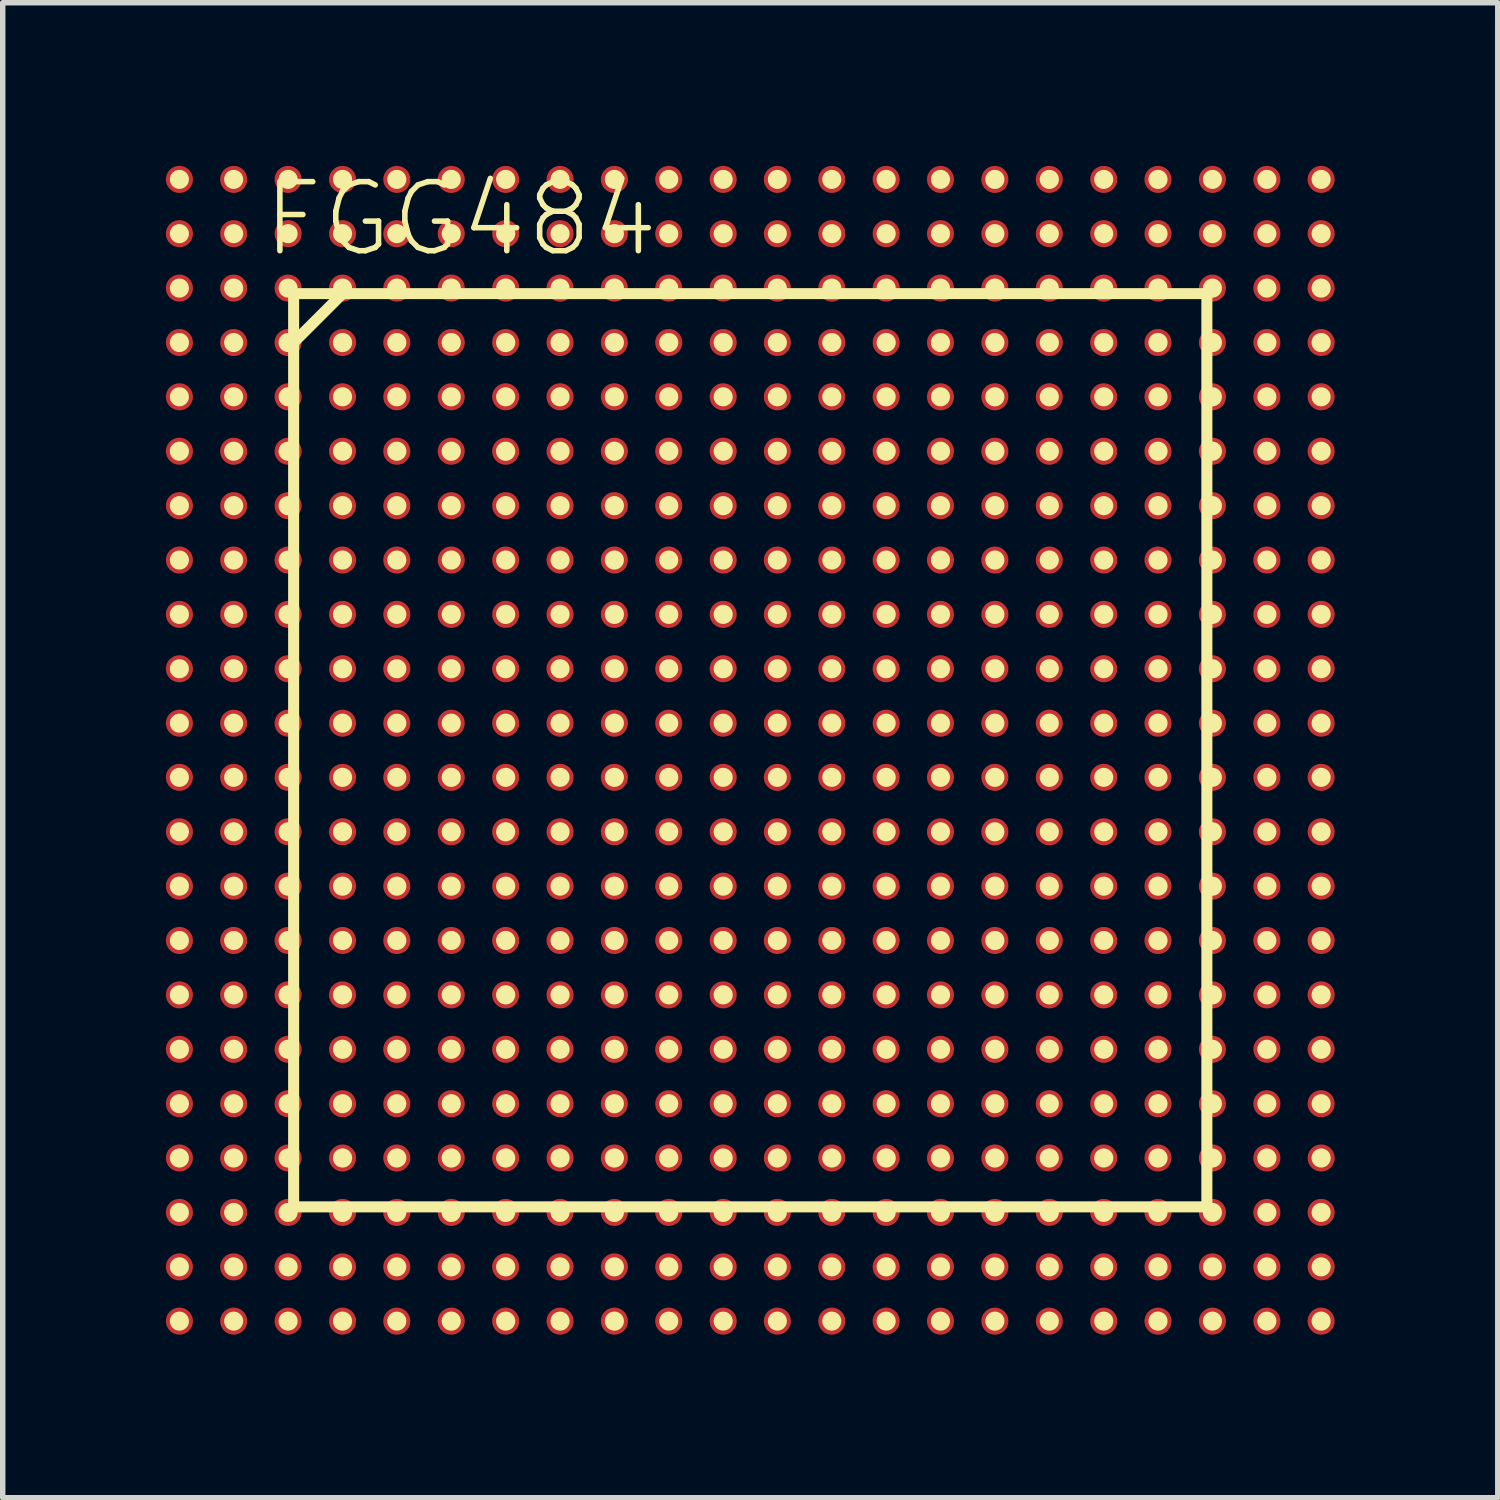
<source format=kicad_pcb>
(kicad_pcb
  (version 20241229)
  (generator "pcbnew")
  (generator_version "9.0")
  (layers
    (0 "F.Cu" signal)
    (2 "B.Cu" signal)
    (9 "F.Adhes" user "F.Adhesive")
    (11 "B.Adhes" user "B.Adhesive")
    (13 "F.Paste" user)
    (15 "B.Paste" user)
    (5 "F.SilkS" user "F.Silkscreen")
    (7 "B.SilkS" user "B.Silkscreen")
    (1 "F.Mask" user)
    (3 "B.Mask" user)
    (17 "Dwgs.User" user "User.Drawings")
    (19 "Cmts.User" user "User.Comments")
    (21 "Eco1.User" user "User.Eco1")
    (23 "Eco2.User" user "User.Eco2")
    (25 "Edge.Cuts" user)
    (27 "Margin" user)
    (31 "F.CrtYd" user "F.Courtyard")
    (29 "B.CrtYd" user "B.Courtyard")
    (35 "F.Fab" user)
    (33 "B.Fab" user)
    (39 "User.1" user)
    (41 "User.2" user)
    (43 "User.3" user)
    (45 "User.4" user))
  (footprint "FGG484"
    (layer "F.Cu")
    (at 10.747 10.747)
    (property "Reference" "FGG484" (at -5.324 -9.769 0) (layer "F.SilkS") (effects (font (size 1.27 1.27) (thickness 0.102))))
    (attr smd)
    (fp_line (start -8.397 -8.397) (end -8.397 -7.498) (stroke (width 0.203) (type solid)) (layer "F.SilkS"))
    (fp_line (start -8.397 -7.498) (end -8.397 8.397) (stroke (width 0.203) (type solid)) (layer "F.SilkS"))
    (fp_line (start -8.397 -7.498) (end -7.498 -8.397) (stroke (width 0.203) (type solid)) (layer "F.SilkS"))
    (fp_line (start -8.397 8.397) (end 8.397 8.397) (stroke (width 0.203) (type solid)) (layer "F.SilkS"))
    (fp_line (start -7.498 -8.397) (end -8.397 -8.397) (stroke (width 0.203) (type solid)) (layer "F.SilkS"))
    (fp_line (start 8.397 -8.397) (end -7.498 -8.397) (stroke (width 0.203) (type solid)) (layer "F.SilkS"))
    (fp_line (start 8.397 8.397) (end 8.397 -8.397) (stroke (width 0.203) (type solid)) (layer "F.SilkS"))
    (fp_circle (center -10.498 -10.498) (end -10.622 -10.622) (stroke (width 0) (type solid)) (fill yes) (layer "F.SilkS"))
    (fp_circle (center -10.498 -9.5) (end -10.622 -9.624) (stroke (width 0) (type solid)) (fill yes) (layer "F.SilkS"))
    (fp_circle (center -10.498 -8.499) (end -10.622 -8.623) (stroke (width 0) (type solid)) (fill yes) (layer "F.SilkS"))
    (fp_circle (center -10.498 -7.498) (end -10.622 -7.623) (stroke (width 0) (type solid)) (fill yes) (layer "F.SilkS"))
    (fp_circle (center -10.498 -6.5) (end -10.622 -6.624) (stroke (width 0) (type solid)) (fill yes) (layer "F.SilkS"))
    (fp_circle (center -10.498 -5.499) (end -10.622 -5.624) (stroke (width 0) (type solid)) (fill yes) (layer "F.SilkS"))
    (fp_circle (center -10.498 -4.498) (end -10.622 -4.623) (stroke (width 0) (type solid)) (fill yes) (layer "F.SilkS"))
    (fp_circle (center -10.498 -3.498) (end -10.622 -3.622) (stroke (width 0) (type solid)) (fill yes) (layer "F.SilkS"))
    (fp_circle (center -10.498 -2.499) (end -10.622 -2.624) (stroke (width 0) (type solid)) (fill yes) (layer "F.SilkS"))
    (fp_circle (center -10.498 -1.499) (end -10.622 -1.623) (stroke (width 0) (type solid)) (fill yes) (layer "F.SilkS"))
    (fp_circle (center -10.498 -0.498) (end -10.622 -0.622) (stroke (width 0) (type solid)) (fill yes) (layer "F.SilkS"))
    (fp_circle (center -10.498 0.498) (end -10.622 0.622) (stroke (width 0) (type solid)) (fill yes) (layer "F.SilkS"))
    (fp_circle (center -10.498 1.499) (end -10.622 1.623) (stroke (width 0) (type solid)) (fill yes) (layer "F.SilkS"))
    (fp_circle (center -10.498 2.499) (end -10.622 2.624) (stroke (width 0) (type solid)) (fill yes) (layer "F.SilkS"))
    (fp_circle (center -10.498 3.498) (end -10.622 3.622) (stroke (width 0) (type solid)) (fill yes) (layer "F.SilkS"))
    (fp_circle (center -10.498 4.498) (end -10.622 4.623) (stroke (width 0) (type solid)) (fill yes) (layer "F.SilkS"))
    (fp_circle (center -10.498 5.499) (end -10.622 5.624) (stroke (width 0) (type solid)) (fill yes) (layer "F.SilkS"))
    (fp_circle (center -10.498 6.5) (end -10.622 6.624) (stroke (width 0) (type solid)) (fill yes) (layer "F.SilkS"))
    (fp_circle (center -10.498 7.498) (end -10.622 7.623) (stroke (width 0) (type solid)) (fill yes) (layer "F.SilkS"))
    (fp_circle (center -10.498 8.499) (end -10.622 8.623) (stroke (width 0) (type solid)) (fill yes) (layer "F.SilkS"))
    (fp_circle (center -10.498 9.5) (end -10.622 9.624) (stroke (width 0) (type solid)) (fill yes) (layer "F.SilkS"))
    (fp_circle (center -10.498 10.498) (end -10.622 10.622) (stroke (width 0) (type solid)) (fill yes) (layer "F.SilkS"))
    (fp_circle (center -9.5 -10.498) (end -9.624 -10.622) (stroke (width 0) (type solid)) (fill yes) (layer "F.SilkS"))
    (fp_circle (center -9.5 -9.5) (end -9.624 -9.624) (stroke (width 0) (type solid)) (fill yes) (layer "F.SilkS"))
    (fp_circle (center -9.5 -8.499) (end -9.624 -8.623) (stroke (width 0) (type solid)) (fill yes) (layer "F.SilkS"))
    (fp_circle (center -9.5 -7.498) (end -9.624 -7.623) (stroke (width 0) (type solid)) (fill yes) (layer "F.SilkS"))
    (fp_circle (center -9.5 -6.5) (end -9.624 -6.624) (stroke (width 0) (type solid)) (fill yes) (layer "F.SilkS"))
    (fp_circle (center -9.5 -5.499) (end -9.624 -5.624) (stroke (width 0) (type solid)) (fill yes) (layer "F.SilkS"))
    (fp_circle (center -9.5 -4.498) (end -9.624 -4.623) (stroke (width 0) (type solid)) (fill yes) (layer "F.SilkS"))
    (fp_circle (center -9.5 -3.498) (end -9.624 -3.622) (stroke (width 0) (type solid)) (fill yes) (layer "F.SilkS"))
    (fp_circle (center -9.5 -2.499) (end -9.624 -2.624) (stroke (width 0) (type solid)) (fill yes) (layer "F.SilkS"))
    (fp_circle (center -9.5 -1.499) (end -9.624 -1.623) (stroke (width 0) (type solid)) (fill yes) (layer "F.SilkS"))
    (fp_circle (center -9.5 -0.498) (end -9.624 -0.622) (stroke (width 0) (type solid)) (fill yes) (layer "F.SilkS"))
    (fp_circle (center -9.5 0.498) (end -9.624 0.622) (stroke (width 0) (type solid)) (fill yes) (layer "F.SilkS"))
    (fp_circle (center -9.5 1.499) (end -9.624 1.623) (stroke (width 0) (type solid)) (fill yes) (layer "F.SilkS"))
    (fp_circle (center -9.5 2.499) (end -9.624 2.624) (stroke (width 0) (type solid)) (fill yes) (layer "F.SilkS"))
    (fp_circle (center -9.5 3.498) (end -9.624 3.622) (stroke (width 0) (type solid)) (fill yes) (layer "F.SilkS"))
    (fp_circle (center -9.5 4.498) (end -9.624 4.623) (stroke (width 0) (type solid)) (fill yes) (layer "F.SilkS"))
    (fp_circle (center -9.5 5.499) (end -9.624 5.624) (stroke (width 0) (type solid)) (fill yes) (layer "F.SilkS"))
    (fp_circle (center -9.5 6.5) (end -9.624 6.624) (stroke (width 0) (type solid)) (fill yes) (layer "F.SilkS"))
    (fp_circle (center -9.5 7.498) (end -9.624 7.623) (stroke (width 0) (type solid)) (fill yes) (layer "F.SilkS"))
    (fp_circle (center -9.5 8.499) (end -9.624 8.623) (stroke (width 0) (type solid)) (fill yes) (layer "F.SilkS"))
    (fp_circle (center -9.5 9.5) (end -9.624 9.624) (stroke (width 0) (type solid)) (fill yes) (layer "F.SilkS"))
    (fp_circle (center -9.5 10.498) (end -9.624 10.622) (stroke (width 0) (type solid)) (fill yes) (layer "F.SilkS"))
    (fp_circle (center -8.499 -10.498) (end -8.623 -10.622) (stroke (width 0) (type solid)) (fill yes) (layer "F.SilkS"))
    (fp_circle (center -8.499 -9.5) (end -8.623 -9.624) (stroke (width 0) (type solid)) (fill yes) (layer "F.SilkS"))
    (fp_circle (center -8.499 -8.499) (end -8.623 -8.623) (stroke (width 0) (type solid)) (fill yes) (layer "F.SilkS"))
    (fp_circle (center -8.499 -7.498) (end -8.623 -7.623) (stroke (width 0) (type solid)) (fill yes) (layer "F.SilkS"))
    (fp_circle (center -8.499 -6.5) (end -8.623 -6.624) (stroke (width 0) (type solid)) (fill yes) (layer "F.SilkS"))
    (fp_circle (center -8.499 -5.499) (end -8.623 -5.624) (stroke (width 0) (type solid)) (fill yes) (layer "F.SilkS"))
    (fp_circle (center -8.499 -4.498) (end -8.623 -4.623) (stroke (width 0) (type solid)) (fill yes) (layer "F.SilkS"))
    (fp_circle (center -8.499 -3.498) (end -8.623 -3.622) (stroke (width 0) (type solid)) (fill yes) (layer "F.SilkS"))
    (fp_circle (center -8.499 -2.499) (end -8.623 -2.624) (stroke (width 0) (type solid)) (fill yes) (layer "F.SilkS"))
    (fp_circle (center -8.499 -1.499) (end -8.623 -1.623) (stroke (width 0) (type solid)) (fill yes) (layer "F.SilkS"))
    (fp_circle (center -8.499 -0.498) (end -8.623 -0.622) (stroke (width 0) (type solid)) (fill yes) (layer "F.SilkS"))
    (fp_circle (center -8.499 0.498) (end -8.623 0.622) (stroke (width 0) (type solid)) (fill yes) (layer "F.SilkS"))
    (fp_circle (center -8.499 1.499) (end -8.623 1.623) (stroke (width 0) (type solid)) (fill yes) (layer "F.SilkS"))
    (fp_circle (center -8.499 2.499) (end -8.623 2.624) (stroke (width 0) (type solid)) (fill yes) (layer "F.SilkS"))
    (fp_circle (center -8.499 3.498) (end -8.623 3.622) (stroke (width 0) (type solid)) (fill yes) (layer "F.SilkS"))
    (fp_circle (center -8.499 4.498) (end -8.623 4.623) (stroke (width 0) (type solid)) (fill yes) (layer "F.SilkS"))
    (fp_circle (center -8.499 5.499) (end -8.623 5.624) (stroke (width 0) (type solid)) (fill yes) (layer "F.SilkS"))
    (fp_circle (center -8.499 6.5) (end -8.623 6.624) (stroke (width 0) (type solid)) (fill yes) (layer "F.SilkS"))
    (fp_circle (center -8.499 7.498) (end -8.623 7.623) (stroke (width 0) (type solid)) (fill yes) (layer "F.SilkS"))
    (fp_circle (center -8.499 8.499) (end -8.623 8.623) (stroke (width 0) (type solid)) (fill yes) (layer "F.SilkS"))
    (fp_circle (center -8.499 9.5) (end -8.623 9.624) (stroke (width 0) (type solid)) (fill yes) (layer "F.SilkS"))
    (fp_circle (center -8.499 10.498) (end -8.623 10.622) (stroke (width 0) (type solid)) (fill yes) (layer "F.SilkS"))
    (fp_circle (center -7.498 -10.498) (end -7.623 -10.622) (stroke (width 0) (type solid)) (fill yes) (layer "F.SilkS"))
    (fp_circle (center -7.498 -9.5) (end -7.623 -9.624) (stroke (width 0) (type solid)) (fill yes) (layer "F.SilkS"))
    (fp_circle (center -7.498 -8.499) (end -7.623 -8.623) (stroke (width 0) (type solid)) (fill yes) (layer "F.SilkS"))
    (fp_circle (center -7.498 -7.498) (end -7.623 -7.623) (stroke (width 0) (type solid)) (fill yes) (layer "F.SilkS"))
    (fp_circle (center -7.498 -6.5) (end -7.623 -6.624) (stroke (width 0) (type solid)) (fill yes) (layer "F.SilkS"))
    (fp_circle (center -7.498 -5.499) (end -7.623 -5.624) (stroke (width 0) (type solid)) (fill yes) (layer "F.SilkS"))
    (fp_circle (center -7.498 -4.498) (end -7.623 -4.623) (stroke (width 0) (type solid)) (fill yes) (layer "F.SilkS"))
    (fp_circle (center -7.498 -3.498) (end -7.623 -3.622) (stroke (width 0) (type solid)) (fill yes) (layer "F.SilkS"))
    (fp_circle (center -7.498 -2.499) (end -7.623 -2.624) (stroke (width 0) (type solid)) (fill yes) (layer "F.SilkS"))
    (fp_circle (center -7.498 -1.499) (end -7.623 -1.623) (stroke (width 0) (type solid)) (fill yes) (layer "F.SilkS"))
    (fp_circle (center -7.498 -0.498) (end -7.623 -0.622) (stroke (width 0) (type solid)) (fill yes) (layer "F.SilkS"))
    (fp_circle (center -7.498 0.498) (end -7.623 0.622) (stroke (width 0) (type solid)) (fill yes) (layer "F.SilkS"))
    (fp_circle (center -7.498 1.499) (end -7.623 1.623) (stroke (width 0) (type solid)) (fill yes) (layer "F.SilkS"))
    (fp_circle (center -7.498 2.499) (end -7.623 2.624) (stroke (width 0) (type solid)) (fill yes) (layer "F.SilkS"))
    (fp_circle (center -7.498 3.498) (end -7.623 3.622) (stroke (width 0) (type solid)) (fill yes) (layer "F.SilkS"))
    (fp_circle (center -7.498 4.498) (end -7.623 4.623) (stroke (width 0) (type solid)) (fill yes) (layer "F.SilkS"))
    (fp_circle (center -7.498 5.499) (end -7.623 5.624) (stroke (width 0) (type solid)) (fill yes) (layer "F.SilkS"))
    (fp_circle (center -7.498 6.5) (end -7.623 6.624) (stroke (width 0) (type solid)) (fill yes) (layer "F.SilkS"))
    (fp_circle (center -7.498 7.498) (end -7.623 7.623) (stroke (width 0) (type solid)) (fill yes) (layer "F.SilkS"))
    (fp_circle (center -7.498 8.499) (end -7.623 8.623) (stroke (width 0) (type solid)) (fill yes) (layer "F.SilkS"))
    (fp_circle (center -7.498 9.5) (end -7.623 9.624) (stroke (width 0) (type solid)) (fill yes) (layer "F.SilkS"))
    (fp_circle (center -7.498 10.498) (end -7.623 10.622) (stroke (width 0) (type solid)) (fill yes) (layer "F.SilkS"))
    (fp_circle (center -6.5 -10.498) (end -6.624 -10.622) (stroke (width 0) (type solid)) (fill yes) (layer "F.SilkS"))
    (fp_circle (center -6.5 -9.5) (end -6.624 -9.624) (stroke (width 0) (type solid)) (fill yes) (layer "F.SilkS"))
    (fp_circle (center -6.5 -8.499) (end -6.624 -8.623) (stroke (width 0) (type solid)) (fill yes) (layer "F.SilkS"))
    (fp_circle (center -6.5 -7.498) (end -6.624 -7.623) (stroke (width 0) (type solid)) (fill yes) (layer "F.SilkS"))
    (fp_circle (center -6.5 -6.5) (end -6.624 -6.624) (stroke (width 0) (type solid)) (fill yes) (layer "F.SilkS"))
    (fp_circle (center -6.5 -5.499) (end -6.624 -5.624) (stroke (width 0) (type solid)) (fill yes) (layer "F.SilkS"))
    (fp_circle (center -6.5 -4.498) (end -6.624 -4.623) (stroke (width 0) (type solid)) (fill yes) (layer "F.SilkS"))
    (fp_circle (center -6.5 -3.498) (end -6.624 -3.622) (stroke (width 0) (type solid)) (fill yes) (layer "F.SilkS"))
    (fp_circle (center -6.5 -2.499) (end -6.624 -2.624) (stroke (width 0) (type solid)) (fill yes) (layer "F.SilkS"))
    (fp_circle (center -6.5 -1.499) (end -6.624 -1.623) (stroke (width 0) (type solid)) (fill yes) (layer "F.SilkS"))
    (fp_circle (center -6.5 -0.498) (end -6.624 -0.622) (stroke (width 0) (type solid)) (fill yes) (layer "F.SilkS"))
    (fp_circle (center -6.5 0.498) (end -6.624 0.622) (stroke (width 0) (type solid)) (fill yes) (layer "F.SilkS"))
    (fp_circle (center -6.5 1.499) (end -6.624 1.623) (stroke (width 0) (type solid)) (fill yes) (layer "F.SilkS"))
    (fp_circle (center -6.5 2.499) (end -6.624 2.624) (stroke (width 0) (type solid)) (fill yes) (layer "F.SilkS"))
    (fp_circle (center -6.5 3.498) (end -6.624 3.622) (stroke (width 0) (type solid)) (fill yes) (layer "F.SilkS"))
    (fp_circle (center -6.5 4.498) (end -6.624 4.623) (stroke (width 0) (type solid)) (fill yes) (layer "F.SilkS"))
    (fp_circle (center -6.5 5.499) (end -6.624 5.624) (stroke (width 0) (type solid)) (fill yes) (layer "F.SilkS"))
    (fp_circle (center -6.5 6.5) (end -6.624 6.624) (stroke (width 0) (type solid)) (fill yes) (layer "F.SilkS"))
    (fp_circle (center -6.5 7.498) (end -6.624 7.623) (stroke (width 0) (type solid)) (fill yes) (layer "F.SilkS"))
    (fp_circle (center -6.5 8.499) (end -6.624 8.623) (stroke (width 0) (type solid)) (fill yes) (layer "F.SilkS"))
    (fp_circle (center -6.5 9.5) (end -6.624 9.624) (stroke (width 0) (type solid)) (fill yes) (layer "F.SilkS"))
    (fp_circle (center -6.5 10.498) (end -6.624 10.622) (stroke (width 0) (type solid)) (fill yes) (layer "F.SilkS"))
    (fp_circle (center -5.499 -10.498) (end -5.624 -10.622) (stroke (width 0) (type solid)) (fill yes) (layer "F.SilkS"))
    (fp_circle (center -5.499 -9.5) (end -5.624 -9.624) (stroke (width 0) (type solid)) (fill yes) (layer "F.SilkS"))
    (fp_circle (center -5.499 -8.499) (end -5.624 -8.623) (stroke (width 0) (type solid)) (fill yes) (layer "F.SilkS"))
    (fp_circle (center -5.499 -7.498) (end -5.624 -7.623) (stroke (width 0) (type solid)) (fill yes) (layer "F.SilkS"))
    (fp_circle (center -5.499 -6.5) (end -5.624 -6.624) (stroke (width 0) (type solid)) (fill yes) (layer "F.SilkS"))
    (fp_circle (center -5.499 -5.499) (end -5.624 -5.624) (stroke (width 0) (type solid)) (fill yes) (layer "F.SilkS"))
    (fp_circle (center -5.499 -4.498) (end -5.624 -4.623) (stroke (width 0) (type solid)) (fill yes) (layer "F.SilkS"))
    (fp_circle (center -5.499 -3.498) (end -5.624 -3.622) (stroke (width 0) (type solid)) (fill yes) (layer "F.SilkS"))
    (fp_circle (center -5.499 -2.499) (end -5.624 -2.624) (stroke (width 0) (type solid)) (fill yes) (layer "F.SilkS"))
    (fp_circle (center -5.499 -1.499) (end -5.624 -1.623) (stroke (width 0) (type solid)) (fill yes) (layer "F.SilkS"))
    (fp_circle (center -5.499 -0.498) (end -5.624 -0.622) (stroke (width 0) (type solid)) (fill yes) (layer "F.SilkS"))
    (fp_circle (center -5.499 0.498) (end -5.624 0.622) (stroke (width 0) (type solid)) (fill yes) (layer "F.SilkS"))
    (fp_circle (center -5.499 1.499) (end -5.624 1.623) (stroke (width 0) (type solid)) (fill yes) (layer "F.SilkS"))
    (fp_circle (center -5.499 2.499) (end -5.624 2.624) (stroke (width 0) (type solid)) (fill yes) (layer "F.SilkS"))
    (fp_circle (center -5.499 3.498) (end -5.624 3.622) (stroke (width 0) (type solid)) (fill yes) (layer "F.SilkS"))
    (fp_circle (center -5.499 4.498) (end -5.624 4.623) (stroke (width 0) (type solid)) (fill yes) (layer "F.SilkS"))
    (fp_circle (center -5.499 5.499) (end -5.624 5.624) (stroke (width 0) (type solid)) (fill yes) (layer "F.SilkS"))
    (fp_circle (center -5.499 6.5) (end -5.624 6.624) (stroke (width 0) (type solid)) (fill yes) (layer "F.SilkS"))
    (fp_circle (center -5.499 7.498) (end -5.624 7.623) (stroke (width 0) (type solid)) (fill yes) (layer "F.SilkS"))
    (fp_circle (center -5.499 8.499) (end -5.624 8.623) (stroke (width 0) (type solid)) (fill yes) (layer "F.SilkS"))
    (fp_circle (center -5.499 9.5) (end -5.624 9.624) (stroke (width 0) (type solid)) (fill yes) (layer "F.SilkS"))
    (fp_circle (center -5.499 10.498) (end -5.624 10.622) (stroke (width 0) (type solid)) (fill yes) (layer "F.SilkS"))
    (fp_circle (center -4.498 -10.498) (end -4.623 -10.622) (stroke (width 0) (type solid)) (fill yes) (layer "F.SilkS"))
    (fp_circle (center -4.498 -9.5) (end -4.623 -9.624) (stroke (width 0) (type solid)) (fill yes) (layer "F.SilkS"))
    (fp_circle (center -4.498 -8.499) (end -4.623 -8.623) (stroke (width 0) (type solid)) (fill yes) (layer "F.SilkS"))
    (fp_circle (center -4.498 -7.498) (end -4.623 -7.623) (stroke (width 0) (type solid)) (fill yes) (layer "F.SilkS"))
    (fp_circle (center -4.498 -6.5) (end -4.623 -6.624) (stroke (width 0) (type solid)) (fill yes) (layer "F.SilkS"))
    (fp_circle (center -4.498 -5.499) (end -4.623 -5.624) (stroke (width 0) (type solid)) (fill yes) (layer "F.SilkS"))
    (fp_circle (center -4.498 -4.498) (end -4.623 -4.623) (stroke (width 0) (type solid)) (fill yes) (layer "F.SilkS"))
    (fp_circle (center -4.498 -3.498) (end -4.623 -3.622) (stroke (width 0) (type solid)) (fill yes) (layer "F.SilkS"))
    (fp_circle (center -4.498 -2.499) (end -4.623 -2.624) (stroke (width 0) (type solid)) (fill yes) (layer "F.SilkS"))
    (fp_circle (center -4.498 -1.499) (end -4.623 -1.623) (stroke (width 0) (type solid)) (fill yes) (layer "F.SilkS"))
    (fp_circle (center -4.498 -0.498) (end -4.623 -0.622) (stroke (width 0) (type solid)) (fill yes) (layer "F.SilkS"))
    (fp_circle (center -4.498 0.498) (end -4.623 0.622) (stroke (width 0) (type solid)) (fill yes) (layer "F.SilkS"))
    (fp_circle (center -4.498 1.499) (end -4.623 1.623) (stroke (width 0) (type solid)) (fill yes) (layer "F.SilkS"))
    (fp_circle (center -4.498 2.499) (end -4.623 2.624) (stroke (width 0) (type solid)) (fill yes) (layer "F.SilkS"))
    (fp_circle (center -4.498 3.498) (end -4.623 3.622) (stroke (width 0) (type solid)) (fill yes) (layer "F.SilkS"))
    (fp_circle (center -4.498 4.498) (end -4.623 4.623) (stroke (width 0) (type solid)) (fill yes) (layer "F.SilkS"))
    (fp_circle (center -4.498 5.499) (end -4.623 5.624) (stroke (width 0) (type solid)) (fill yes) (layer "F.SilkS"))
    (fp_circle (center -4.498 6.5) (end -4.623 6.624) (stroke (width 0) (type solid)) (fill yes) (layer "F.SilkS"))
    (fp_circle (center -4.498 7.498) (end -4.623 7.623) (stroke (width 0) (type solid)) (fill yes) (layer "F.SilkS"))
    (fp_circle (center -4.498 8.499) (end -4.623 8.623) (stroke (width 0) (type solid)) (fill yes) (layer "F.SilkS"))
    (fp_circle (center -4.498 9.5) (end -4.623 9.624) (stroke (width 0) (type solid)) (fill yes) (layer "F.SilkS"))
    (fp_circle (center -4.498 10.498) (end -4.623 10.622) (stroke (width 0) (type solid)) (fill yes) (layer "F.SilkS"))
    (fp_circle (center -3.498 -10.498) (end -3.622 -10.622) (stroke (width 0) (type solid)) (fill yes) (layer "F.SilkS"))
    (fp_circle (center -3.498 -9.5) (end -3.622 -9.624) (stroke (width 0) (type solid)) (fill yes) (layer "F.SilkS"))
    (fp_circle (center -3.498 -8.499) (end -3.622 -8.623) (stroke (width 0) (type solid)) (fill yes) (layer "F.SilkS"))
    (fp_circle (center -3.498 -7.498) (end -3.622 -7.623) (stroke (width 0) (type solid)) (fill yes) (layer "F.SilkS"))
    (fp_circle (center -3.498 -6.5) (end -3.622 -6.624) (stroke (width 0) (type solid)) (fill yes) (layer "F.SilkS"))
    (fp_circle (center -3.498 -5.499) (end -3.622 -5.624) (stroke (width 0) (type solid)) (fill yes) (layer "F.SilkS"))
    (fp_circle (center -3.498 -4.498) (end -3.622 -4.623) (stroke (width 0) (type solid)) (fill yes) (layer "F.SilkS"))
    (fp_circle (center -3.498 -3.498) (end -3.622 -3.622) (stroke (width 0) (type solid)) (fill yes) (layer "F.SilkS"))
    (fp_circle (center -3.498 -2.499) (end -3.622 -2.624) (stroke (width 0) (type solid)) (fill yes) (layer "F.SilkS"))
    (fp_circle (center -3.498 -1.499) (end -3.622 -1.623) (stroke (width 0) (type solid)) (fill yes) (layer "F.SilkS"))
    (fp_circle (center -3.498 -0.498) (end -3.622 -0.622) (stroke (width 0) (type solid)) (fill yes) (layer "F.SilkS"))
    (fp_circle (center -3.498 0.498) (end -3.622 0.622) (stroke (width 0) (type solid)) (fill yes) (layer "F.SilkS"))
    (fp_circle (center -3.498 1.499) (end -3.622 1.623) (stroke (width 0) (type solid)) (fill yes) (layer "F.SilkS"))
    (fp_circle (center -3.498 2.499) (end -3.622 2.624) (stroke (width 0) (type solid)) (fill yes) (layer "F.SilkS"))
    (fp_circle (center -3.498 3.498) (end -3.622 3.622) (stroke (width 0) (type solid)) (fill yes) (layer "F.SilkS"))
    (fp_circle (center -3.498 4.498) (end -3.622 4.623) (stroke (width 0) (type solid)) (fill yes) (layer "F.SilkS"))
    (fp_circle (center -3.498 5.499) (end -3.622 5.624) (stroke (width 0) (type solid)) (fill yes) (layer "F.SilkS"))
    (fp_circle (center -3.498 6.5) (end -3.622 6.624) (stroke (width 0) (type solid)) (fill yes) (layer "F.SilkS"))
    (fp_circle (center -3.498 7.498) (end -3.622 7.623) (stroke (width 0) (type solid)) (fill yes) (layer "F.SilkS"))
    (fp_circle (center -3.498 8.499) (end -3.622 8.623) (stroke (width 0) (type solid)) (fill yes) (layer "F.SilkS"))
    (fp_circle (center -3.498 9.5) (end -3.622 9.624) (stroke (width 0) (type solid)) (fill yes) (layer "F.SilkS"))
    (fp_circle (center -3.498 10.498) (end -3.622 10.622) (stroke (width 0) (type solid)) (fill yes) (layer "F.SilkS"))
    (fp_circle (center -2.499 -10.498) (end -2.624 -10.622) (stroke (width 0) (type solid)) (fill yes) (layer "F.SilkS"))
    (fp_circle (center -2.499 -9.5) (end -2.624 -9.624) (stroke (width 0) (type solid)) (fill yes) (layer "F.SilkS"))
    (fp_circle (center -2.499 -8.499) (end -2.624 -8.623) (stroke (width 0) (type solid)) (fill yes) (layer "F.SilkS"))
    (fp_circle (center -2.499 -7.498) (end -2.624 -7.623) (stroke (width 0) (type solid)) (fill yes) (layer "F.SilkS"))
    (fp_circle (center -2.499 -6.5) (end -2.624 -6.624) (stroke (width 0) (type solid)) (fill yes) (layer "F.SilkS"))
    (fp_circle (center -2.499 -5.499) (end -2.624 -5.624) (stroke (width 0) (type solid)) (fill yes) (layer "F.SilkS"))
    (fp_circle (center -2.499 -4.498) (end -2.624 -4.623) (stroke (width 0) (type solid)) (fill yes) (layer "F.SilkS"))
    (fp_circle (center -2.499 -3.498) (end -2.624 -3.622) (stroke (width 0) (type solid)) (fill yes) (layer "F.SilkS"))
    (fp_circle (center -2.499 -2.499) (end -2.624 -2.624) (stroke (width 0) (type solid)) (fill yes) (layer "F.SilkS"))
    (fp_circle (center -2.499 -1.499) (end -2.624 -1.623) (stroke (width 0) (type solid)) (fill yes) (layer "F.SilkS"))
    (fp_circle (center -2.499 -0.498) (end -2.624 -0.622) (stroke (width 0) (type solid)) (fill yes) (layer "F.SilkS"))
    (fp_circle (center -2.499 0.498) (end -2.624 0.622) (stroke (width 0) (type solid)) (fill yes) (layer "F.SilkS"))
    (fp_circle (center -2.499 1.499) (end -2.624 1.623) (stroke (width 0) (type solid)) (fill yes) (layer "F.SilkS"))
    (fp_circle (center -2.499 2.499) (end -2.624 2.624) (stroke (width 0) (type solid)) (fill yes) (layer "F.SilkS"))
    (fp_circle (center -2.499 3.498) (end -2.624 3.622) (stroke (width 0) (type solid)) (fill yes) (layer "F.SilkS"))
    (fp_circle (center -2.499 4.498) (end -2.624 4.623) (stroke (width 0) (type solid)) (fill yes) (layer "F.SilkS"))
    (fp_circle (center -2.499 5.499) (end -2.624 5.624) (stroke (width 0) (type solid)) (fill yes) (layer "F.SilkS"))
    (fp_circle (center -2.499 6.5) (end -2.624 6.624) (stroke (width 0) (type solid)) (fill yes) (layer "F.SilkS"))
    (fp_circle (center -2.499 7.498) (end -2.624 7.623) (stroke (width 0) (type solid)) (fill yes) (layer "F.SilkS"))
    (fp_circle (center -2.499 8.499) (end -2.624 8.623) (stroke (width 0) (type solid)) (fill yes) (layer "F.SilkS"))
    (fp_circle (center -2.499 9.5) (end -2.624 9.624) (stroke (width 0) (type solid)) (fill yes) (layer "F.SilkS"))
    (fp_circle (center -2.499 10.498) (end -2.624 10.622) (stroke (width 0) (type solid)) (fill yes) (layer "F.SilkS"))
    (fp_circle (center -1.499 -10.498) (end -1.623 -10.622) (stroke (width 0) (type solid)) (fill yes) (layer "F.SilkS"))
    (fp_circle (center -1.499 -9.5) (end -1.623 -9.624) (stroke (width 0) (type solid)) (fill yes) (layer "F.SilkS"))
    (fp_circle (center -1.499 -8.499) (end -1.623 -8.623) (stroke (width 0) (type solid)) (fill yes) (layer "F.SilkS"))
    (fp_circle (center -1.499 -7.498) (end -1.623 -7.623) (stroke (width 0) (type solid)) (fill yes) (layer "F.SilkS"))
    (fp_circle (center -1.499 -6.5) (end -1.623 -6.624) (stroke (width 0) (type solid)) (fill yes) (layer "F.SilkS"))
    (fp_circle (center -1.499 -5.499) (end -1.623 -5.624) (stroke (width 0) (type solid)) (fill yes) (layer "F.SilkS"))
    (fp_circle (center -1.499 -4.498) (end -1.623 -4.623) (stroke (width 0) (type solid)) (fill yes) (layer "F.SilkS"))
    (fp_circle (center -1.499 -3.498) (end -1.623 -3.622) (stroke (width 0) (type solid)) (fill yes) (layer "F.SilkS"))
    (fp_circle (center -1.499 -2.499) (end -1.623 -2.624) (stroke (width 0) (type solid)) (fill yes) (layer "F.SilkS"))
    (fp_circle (center -1.499 -1.499) (end -1.623 -1.623) (stroke (width 0) (type solid)) (fill yes) (layer "F.SilkS"))
    (fp_circle (center -1.499 -0.498) (end -1.623 -0.622) (stroke (width 0) (type solid)) (fill yes) (layer "F.SilkS"))
    (fp_circle (center -1.499 0.498) (end -1.623 0.622) (stroke (width 0) (type solid)) (fill yes) (layer "F.SilkS"))
    (fp_circle (center -1.499 1.499) (end -1.623 1.623) (stroke (width 0) (type solid)) (fill yes) (layer "F.SilkS"))
    (fp_circle (center -1.499 2.499) (end -1.623 2.624) (stroke (width 0) (type solid)) (fill yes) (layer "F.SilkS"))
    (fp_circle (center -1.499 3.498) (end -1.623 3.622) (stroke (width 0) (type solid)) (fill yes) (layer "F.SilkS"))
    (fp_circle (center -1.499 4.498) (end -1.623 4.623) (stroke (width 0) (type solid)) (fill yes) (layer "F.SilkS"))
    (fp_circle (center -1.499 5.499) (end -1.623 5.624) (stroke (width 0) (type solid)) (fill yes) (layer "F.SilkS"))
    (fp_circle (center -1.499 6.5) (end -1.623 6.624) (stroke (width 0) (type solid)) (fill yes) (layer "F.SilkS"))
    (fp_circle (center -1.499 7.498) (end -1.623 7.623) (stroke (width 0) (type solid)) (fill yes) (layer "F.SilkS"))
    (fp_circle (center -1.499 8.499) (end -1.623 8.623) (stroke (width 0) (type solid)) (fill yes) (layer "F.SilkS"))
    (fp_circle (center -1.499 9.5) (end -1.623 9.624) (stroke (width 0) (type solid)) (fill yes) (layer "F.SilkS"))
    (fp_circle (center -1.499 10.498) (end -1.623 10.622) (stroke (width 0) (type solid)) (fill yes) (layer "F.SilkS"))
    (fp_circle (center -0.498 -10.498) (end -0.622 -10.622) (stroke (width 0) (type solid)) (fill yes) (layer "F.SilkS"))
    (fp_circle (center -0.498 -9.5) (end -0.622 -9.624) (stroke (width 0) (type solid)) (fill yes) (layer "F.SilkS"))
    (fp_circle (center -0.498 -8.499) (end -0.622 -8.623) (stroke (width 0) (type solid)) (fill yes) (layer "F.SilkS"))
    (fp_circle (center -0.498 -7.498) (end -0.622 -7.623) (stroke (width 0) (type solid)) (fill yes) (layer "F.SilkS"))
    (fp_circle (center -0.498 -6.5) (end -0.622 -6.624) (stroke (width 0) (type solid)) (fill yes) (layer "F.SilkS"))
    (fp_circle (center -0.498 -5.499) (end -0.622 -5.624) (stroke (width 0) (type solid)) (fill yes) (layer "F.SilkS"))
    (fp_circle (center -0.498 -4.498) (end -0.622 -4.623) (stroke (width 0) (type solid)) (fill yes) (layer "F.SilkS"))
    (fp_circle (center -0.498 -3.498) (end -0.622 -3.622) (stroke (width 0) (type solid)) (fill yes) (layer "F.SilkS"))
    (fp_circle (center -0.498 -2.499) (end -0.622 -2.624) (stroke (width 0) (type solid)) (fill yes) (layer "F.SilkS"))
    (fp_circle (center -0.498 -1.499) (end -0.622 -1.623) (stroke (width 0) (type solid)) (fill yes) (layer "F.SilkS"))
    (fp_circle (center -0.498 -0.498) (end -0.622 -0.622) (stroke (width 0) (type solid)) (fill yes) (layer "F.SilkS"))
    (fp_circle (center -0.498 0.498) (end -0.622 0.622) (stroke (width 0) (type solid)) (fill yes) (layer "F.SilkS"))
    (fp_circle (center -0.498 1.499) (end -0.622 1.623) (stroke (width 0) (type solid)) (fill yes) (layer "F.SilkS"))
    (fp_circle (center -0.498 2.499) (end -0.622 2.624) (stroke (width 0) (type solid)) (fill yes) (layer "F.SilkS"))
    (fp_circle (center -0.498 3.498) (end -0.622 3.622) (stroke (width 0) (type solid)) (fill yes) (layer "F.SilkS"))
    (fp_circle (center -0.498 4.498) (end -0.622 4.623) (stroke (width 0) (type solid)) (fill yes) (layer "F.SilkS"))
    (fp_circle (center -0.498 5.499) (end -0.622 5.624) (stroke (width 0) (type solid)) (fill yes) (layer "F.SilkS"))
    (fp_circle (center -0.498 6.5) (end -0.622 6.624) (stroke (width 0) (type solid)) (fill yes) (layer "F.SilkS"))
    (fp_circle (center -0.498 7.498) (end -0.622 7.623) (stroke (width 0) (type solid)) (fill yes) (layer "F.SilkS"))
    (fp_circle (center -0.498 8.499) (end -0.622 8.623) (stroke (width 0) (type solid)) (fill yes) (layer "F.SilkS"))
    (fp_circle (center -0.498 9.5) (end -0.622 9.624) (stroke (width 0) (type solid)) (fill yes) (layer "F.SilkS"))
    (fp_circle (center -0.498 10.498) (end -0.622 10.622) (stroke (width 0) (type solid)) (fill yes) (layer "F.SilkS"))
    (fp_circle (center 0.498 -10.498) (end 0.622 -10.622) (stroke (width 0) (type solid)) (fill yes) (layer "F.SilkS"))
    (fp_circle (center 0.498 -9.5) (end 0.622 -9.624) (stroke (width 0) (type solid)) (fill yes) (layer "F.SilkS"))
    (fp_circle (center 0.498 -8.499) (end 0.622 -8.623) (stroke (width 0) (type solid)) (fill yes) (layer "F.SilkS"))
    (fp_circle (center 0.498 -7.498) (end 0.622 -7.623) (stroke (width 0) (type solid)) (fill yes) (layer "F.SilkS"))
    (fp_circle (center 0.498 -6.5) (end 0.622 -6.624) (stroke (width 0) (type solid)) (fill yes) (layer "F.SilkS"))
    (fp_circle (center 0.498 -5.499) (end 0.622 -5.624) (stroke (width 0) (type solid)) (fill yes) (layer "F.SilkS"))
    (fp_circle (center 0.498 -4.498) (end 0.622 -4.623) (stroke (width 0) (type solid)) (fill yes) (layer "F.SilkS"))
    (fp_circle (center 0.498 -3.498) (end 0.622 -3.622) (stroke (width 0) (type solid)) (fill yes) (layer "F.SilkS"))
    (fp_circle (center 0.498 -2.499) (end 0.622 -2.624) (stroke (width 0) (type solid)) (fill yes) (layer "F.SilkS"))
    (fp_circle (center 0.498 -1.499) (end 0.622 -1.623) (stroke (width 0) (type solid)) (fill yes) (layer "F.SilkS"))
    (fp_circle (center 0.498 -0.498) (end 0.622 -0.622) (stroke (width 0) (type solid)) (fill yes) (layer "F.SilkS"))
    (fp_circle (center 0.498 0.498) (end 0.622 0.622) (stroke (width 0) (type solid)) (fill yes) (layer "F.SilkS"))
    (fp_circle (center 0.498 1.499) (end 0.622 1.623) (stroke (width 0) (type solid)) (fill yes) (layer "F.SilkS"))
    (fp_circle (center 0.498 2.499) (end 0.622 2.624) (stroke (width 0) (type solid)) (fill yes) (layer "F.SilkS"))
    (fp_circle (center 0.498 3.498) (end 0.622 3.622) (stroke (width 0) (type solid)) (fill yes) (layer "F.SilkS"))
    (fp_circle (center 0.498 4.498) (end 0.622 4.623) (stroke (width 0) (type solid)) (fill yes) (layer "F.SilkS"))
    (fp_circle (center 0.498 5.499) (end 0.622 5.624) (stroke (width 0) (type solid)) (fill yes) (layer "F.SilkS"))
    (fp_circle (center 0.498 6.5) (end 0.622 6.624) (stroke (width 0) (type solid)) (fill yes) (layer "F.SilkS"))
    (fp_circle (center 0.498 7.498) (end 0.622 7.623) (stroke (width 0) (type solid)) (fill yes) (layer "F.SilkS"))
    (fp_circle (center 0.498 8.499) (end 0.622 8.623) (stroke (width 0) (type solid)) (fill yes) (layer "F.SilkS"))
    (fp_circle (center 0.498 9.5) (end 0.622 9.624) (stroke (width 0) (type solid)) (fill yes) (layer "F.SilkS"))
    (fp_circle (center 0.498 10.498) (end 0.622 10.622) (stroke (width 0) (type solid)) (fill yes) (layer "F.SilkS"))
    (fp_circle (center 1.499 -10.498) (end 1.623 -10.622) (stroke (width 0) (type solid)) (fill yes) (layer "F.SilkS"))
    (fp_circle (center 1.499 -9.5) (end 1.623 -9.624) (stroke (width 0) (type solid)) (fill yes) (layer "F.SilkS"))
    (fp_circle (center 1.499 -8.499) (end 1.623 -8.623) (stroke (width 0) (type solid)) (fill yes) (layer "F.SilkS"))
    (fp_circle (center 1.499 -7.498) (end 1.623 -7.623) (stroke (width 0) (type solid)) (fill yes) (layer "F.SilkS"))
    (fp_circle (center 1.499 -6.5) (end 1.623 -6.624) (stroke (width 0) (type solid)) (fill yes) (layer "F.SilkS"))
    (fp_circle (center 1.499 -5.499) (end 1.623 -5.624) (stroke (width 0) (type solid)) (fill yes) (layer "F.SilkS"))
    (fp_circle (center 1.499 -4.498) (end 1.623 -4.623) (stroke (width 0) (type solid)) (fill yes) (layer "F.SilkS"))
    (fp_circle (center 1.499 -3.498) (end 1.623 -3.622) (stroke (width 0) (type solid)) (fill yes) (layer "F.SilkS"))
    (fp_circle (center 1.499 -2.499) (end 1.623 -2.624) (stroke (width 0) (type solid)) (fill yes) (layer "F.SilkS"))
    (fp_circle (center 1.499 -1.499) (end 1.623 -1.623) (stroke (width 0) (type solid)) (fill yes) (layer "F.SilkS"))
    (fp_circle (center 1.499 -0.498) (end 1.623 -0.622) (stroke (width 0) (type solid)) (fill yes) (layer "F.SilkS"))
    (fp_circle (center 1.499 0.498) (end 1.623 0.622) (stroke (width 0) (type solid)) (fill yes) (layer "F.SilkS"))
    (fp_circle (center 1.499 1.499) (end 1.623 1.623) (stroke (width 0) (type solid)) (fill yes) (layer "F.SilkS"))
    (fp_circle (center 1.499 2.499) (end 1.623 2.624) (stroke (width 0) (type solid)) (fill yes) (layer "F.SilkS"))
    (fp_circle (center 1.499 3.498) (end 1.623 3.622) (stroke (width 0) (type solid)) (fill yes) (layer "F.SilkS"))
    (fp_circle (center 1.499 4.498) (end 1.623 4.623) (stroke (width 0) (type solid)) (fill yes) (layer "F.SilkS"))
    (fp_circle (center 1.499 5.499) (end 1.623 5.624) (stroke (width 0) (type solid)) (fill yes) (layer "F.SilkS"))
    (fp_circle (center 1.499 6.5) (end 1.623 6.624) (stroke (width 0) (type solid)) (fill yes) (layer "F.SilkS"))
    (fp_circle (center 1.499 7.498) (end 1.623 7.623) (stroke (width 0) (type solid)) (fill yes) (layer "F.SilkS"))
    (fp_circle (center 1.499 8.499) (end 1.623 8.623) (stroke (width 0) (type solid)) (fill yes) (layer "F.SilkS"))
    (fp_circle (center 1.499 9.5) (end 1.623 9.624) (stroke (width 0) (type solid)) (fill yes) (layer "F.SilkS"))
    (fp_circle (center 1.499 10.498) (end 1.623 10.622) (stroke (width 0) (type solid)) (fill yes) (layer "F.SilkS"))
    (fp_circle (center 2.499 -10.498) (end 2.624 -10.622) (stroke (width 0) (type solid)) (fill yes) (layer "F.SilkS"))
    (fp_circle (center 2.499 -9.5) (end 2.624 -9.624) (stroke (width 0) (type solid)) (fill yes) (layer "F.SilkS"))
    (fp_circle (center 2.499 -8.499) (end 2.624 -8.623) (stroke (width 0) (type solid)) (fill yes) (layer "F.SilkS"))
    (fp_circle (center 2.499 -7.498) (end 2.624 -7.623) (stroke (width 0) (type solid)) (fill yes) (layer "F.SilkS"))
    (fp_circle (center 2.499 -6.5) (end 2.624 -6.624) (stroke (width 0) (type solid)) (fill yes) (layer "F.SilkS"))
    (fp_circle (center 2.499 -5.499) (end 2.624 -5.624) (stroke (width 0) (type solid)) (fill yes) (layer "F.SilkS"))
    (fp_circle (center 2.499 -4.498) (end 2.624 -4.623) (stroke (width 0) (type solid)) (fill yes) (layer "F.SilkS"))
    (fp_circle (center 2.499 -3.498) (end 2.624 -3.622) (stroke (width 0) (type solid)) (fill yes) (layer "F.SilkS"))
    (fp_circle (center 2.499 -2.499) (end 2.624 -2.624) (stroke (width 0) (type solid)) (fill yes) (layer "F.SilkS"))
    (fp_circle (center 2.499 -1.499) (end 2.624 -1.623) (stroke (width 0) (type solid)) (fill yes) (layer "F.SilkS"))
    (fp_circle (center 2.499 -0.498) (end 2.624 -0.622) (stroke (width 0) (type solid)) (fill yes) (layer "F.SilkS"))
    (fp_circle (center 2.499 0.498) (end 2.624 0.622) (stroke (width 0) (type solid)) (fill yes) (layer "F.SilkS"))
    (fp_circle (center 2.499 1.499) (end 2.624 1.623) (stroke (width 0) (type solid)) (fill yes) (layer "F.SilkS"))
    (fp_circle (center 2.499 2.499) (end 2.624 2.624) (stroke (width 0) (type solid)) (fill yes) (layer "F.SilkS"))
    (fp_circle (center 2.499 3.498) (end 2.624 3.622) (stroke (width 0) (type solid)) (fill yes) (layer "F.SilkS"))
    (fp_circle (center 2.499 4.498) (end 2.624 4.623) (stroke (width 0) (type solid)) (fill yes) (layer "F.SilkS"))
    (fp_circle (center 2.499 5.499) (end 2.624 5.624) (stroke (width 0) (type solid)) (fill yes) (layer "F.SilkS"))
    (fp_circle (center 2.499 6.5) (end 2.624 6.624) (stroke (width 0) (type solid)) (fill yes) (layer "F.SilkS"))
    (fp_circle (center 2.499 7.498) (end 2.624 7.623) (stroke (width 0) (type solid)) (fill yes) (layer "F.SilkS"))
    (fp_circle (center 2.499 8.499) (end 2.624 8.623) (stroke (width 0) (type solid)) (fill yes) (layer "F.SilkS"))
    (fp_circle (center 2.499 9.5) (end 2.624 9.624) (stroke (width 0) (type solid)) (fill yes) (layer "F.SilkS"))
    (fp_circle (center 2.499 10.498) (end 2.624 10.622) (stroke (width 0) (type solid)) (fill yes) (layer "F.SilkS"))
    (fp_circle (center 3.498 -10.498) (end 3.622 -10.622) (stroke (width 0) (type solid)) (fill yes) (layer "F.SilkS"))
    (fp_circle (center 3.498 -9.5) (end 3.622 -9.624) (stroke (width 0) (type solid)) (fill yes) (layer "F.SilkS"))
    (fp_circle (center 3.498 -8.499) (end 3.622 -8.623) (stroke (width 0) (type solid)) (fill yes) (layer "F.SilkS"))
    (fp_circle (center 3.498 -7.498) (end 3.622 -7.623) (stroke (width 0) (type solid)) (fill yes) (layer "F.SilkS"))
    (fp_circle (center 3.498 -6.5) (end 3.622 -6.624) (stroke (width 0) (type solid)) (fill yes) (layer "F.SilkS"))
    (fp_circle (center 3.498 -5.499) (end 3.622 -5.624) (stroke (width 0) (type solid)) (fill yes) (layer "F.SilkS"))
    (fp_circle (center 3.498 -4.498) (end 3.622 -4.623) (stroke (width 0) (type solid)) (fill yes) (layer "F.SilkS"))
    (fp_circle (center 3.498 -3.498) (end 3.622 -3.622) (stroke (width 0) (type solid)) (fill yes) (layer "F.SilkS"))
    (fp_circle (center 3.498 -2.499) (end 3.622 -2.624) (stroke (width 0) (type solid)) (fill yes) (layer "F.SilkS"))
    (fp_circle (center 3.498 -1.499) (end 3.622 -1.623) (stroke (width 0) (type solid)) (fill yes) (layer "F.SilkS"))
    (fp_circle (center 3.498 -0.498) (end 3.622 -0.622) (stroke (width 0) (type solid)) (fill yes) (layer "F.SilkS"))
    (fp_circle (center 3.498 0.498) (end 3.622 0.622) (stroke (width 0) (type solid)) (fill yes) (layer "F.SilkS"))
    (fp_circle (center 3.498 1.499) (end 3.622 1.623) (stroke (width 0) (type solid)) (fill yes) (layer "F.SilkS"))
    (fp_circle (center 3.498 2.499) (end 3.622 2.624) (stroke (width 0) (type solid)) (fill yes) (layer "F.SilkS"))
    (fp_circle (center 3.498 3.498) (end 3.622 3.622) (stroke (width 0) (type solid)) (fill yes) (layer "F.SilkS"))
    (fp_circle (center 3.498 4.498) (end 3.622 4.623) (stroke (width 0) (type solid)) (fill yes) (layer "F.SilkS"))
    (fp_circle (center 3.498 5.499) (end 3.622 5.624) (stroke (width 0) (type solid)) (fill yes) (layer "F.SilkS"))
    (fp_circle (center 3.498 6.5) (end 3.622 6.624) (stroke (width 0) (type solid)) (fill yes) (layer "F.SilkS"))
    (fp_circle (center 3.498 7.498) (end 3.622 7.623) (stroke (width 0) (type solid)) (fill yes) (layer "F.SilkS"))
    (fp_circle (center 3.498 8.499) (end 3.622 8.623) (stroke (width 0) (type solid)) (fill yes) (layer "F.SilkS"))
    (fp_circle (center 3.498 9.5) (end 3.622 9.624) (stroke (width 0) (type solid)) (fill yes) (layer "F.SilkS"))
    (fp_circle (center 3.498 10.498) (end 3.622 10.622) (stroke (width 0) (type solid)) (fill yes) (layer "F.SilkS"))
    (fp_circle (center 4.498 -10.498) (end 4.623 -10.622) (stroke (width 0) (type solid)) (fill yes) (layer "F.SilkS"))
    (fp_circle (center 4.498 -9.5) (end 4.623 -9.624) (stroke (width 0) (type solid)) (fill yes) (layer "F.SilkS"))
    (fp_circle (center 4.498 -8.499) (end 4.623 -8.623) (stroke (width 0) (type solid)) (fill yes) (layer "F.SilkS"))
    (fp_circle (center 4.498 -7.498) (end 4.623 -7.623) (stroke (width 0) (type solid)) (fill yes) (layer "F.SilkS"))
    (fp_circle (center 4.498 -6.5) (end 4.623 -6.624) (stroke (width 0) (type solid)) (fill yes) (layer "F.SilkS"))
    (fp_circle (center 4.498 -5.499) (end 4.623 -5.624) (stroke (width 0) (type solid)) (fill yes) (layer "F.SilkS"))
    (fp_circle (center 4.498 -4.498) (end 4.623 -4.623) (stroke (width 0) (type solid)) (fill yes) (layer "F.SilkS"))
    (fp_circle (center 4.498 -3.498) (end 4.623 -3.622) (stroke (width 0) (type solid)) (fill yes) (layer "F.SilkS"))
    (fp_circle (center 4.498 -2.499) (end 4.623 -2.624) (stroke (width 0) (type solid)) (fill yes) (layer "F.SilkS"))
    (fp_circle (center 4.498 -1.499) (end 4.623 -1.623) (stroke (width 0) (type solid)) (fill yes) (layer "F.SilkS"))
    (fp_circle (center 4.498 -0.498) (end 4.623 -0.622) (stroke (width 0) (type solid)) (fill yes) (layer "F.SilkS"))
    (fp_circle (center 4.498 0.498) (end 4.623 0.622) (stroke (width 0) (type solid)) (fill yes) (layer "F.SilkS"))
    (fp_circle (center 4.498 1.499) (end 4.623 1.623) (stroke (width 0) (type solid)) (fill yes) (layer "F.SilkS"))
    (fp_circle (center 4.498 2.499) (end 4.623 2.624) (stroke (width 0) (type solid)) (fill yes) (layer "F.SilkS"))
    (fp_circle (center 4.498 3.498) (end 4.623 3.622) (stroke (width 0) (type solid)) (fill yes) (layer "F.SilkS"))
    (fp_circle (center 4.498 4.498) (end 4.623 4.623) (stroke (width 0) (type solid)) (fill yes) (layer "F.SilkS"))
    (fp_circle (center 4.498 5.499) (end 4.623 5.624) (stroke (width 0) (type solid)) (fill yes) (layer "F.SilkS"))
    (fp_circle (center 4.498 6.5) (end 4.623 6.624) (stroke (width 0) (type solid)) (fill yes) (layer "F.SilkS"))
    (fp_circle (center 4.498 7.498) (end 4.623 7.623) (stroke (width 0) (type solid)) (fill yes) (layer "F.SilkS"))
    (fp_circle (center 4.498 8.499) (end 4.623 8.623) (stroke (width 0) (type solid)) (fill yes) (layer "F.SilkS"))
    (fp_circle (center 4.498 9.5) (end 4.623 9.624) (stroke (width 0) (type solid)) (fill yes) (layer "F.SilkS"))
    (fp_circle (center 4.498 10.498) (end 4.623 10.622) (stroke (width 0) (type solid)) (fill yes) (layer "F.SilkS"))
    (fp_circle (center 5.499 -10.498) (end 5.624 -10.622) (stroke (width 0) (type solid)) (fill yes) (layer "F.SilkS"))
    (fp_circle (center 5.499 -9.5) (end 5.624 -9.624) (stroke (width 0) (type solid)) (fill yes) (layer "F.SilkS"))
    (fp_circle (center 5.499 -8.499) (end 5.624 -8.623) (stroke (width 0) (type solid)) (fill yes) (layer "F.SilkS"))
    (fp_circle (center 5.499 -7.498) (end 5.624 -7.623) (stroke (width 0) (type solid)) (fill yes) (layer "F.SilkS"))
    (fp_circle (center 5.499 -6.5) (end 5.624 -6.624) (stroke (width 0) (type solid)) (fill yes) (layer "F.SilkS"))
    (fp_circle (center 5.499 -5.499) (end 5.624 -5.624) (stroke (width 0) (type solid)) (fill yes) (layer "F.SilkS"))
    (fp_circle (center 5.499 -4.498) (end 5.624 -4.623) (stroke (width 0) (type solid)) (fill yes) (layer "F.SilkS"))
    (fp_circle (center 5.499 -3.498) (end 5.624 -3.622) (stroke (width 0) (type solid)) (fill yes) (layer "F.SilkS"))
    (fp_circle (center 5.499 -2.499) (end 5.624 -2.624) (stroke (width 0) (type solid)) (fill yes) (layer "F.SilkS"))
    (fp_circle (center 5.499 -1.499) (end 5.624 -1.623) (stroke (width 0) (type solid)) (fill yes) (layer "F.SilkS"))
    (fp_circle (center 5.499 -0.498) (end 5.624 -0.622) (stroke (width 0) (type solid)) (fill yes) (layer "F.SilkS"))
    (fp_circle (center 5.499 0.498) (end 5.624 0.622) (stroke (width 0) (type solid)) (fill yes) (layer "F.SilkS"))
    (fp_circle (center 5.499 1.499) (end 5.624 1.623) (stroke (width 0) (type solid)) (fill yes) (layer "F.SilkS"))
    (fp_circle (center 5.499 2.499) (end 5.624 2.624) (stroke (width 0) (type solid)) (fill yes) (layer "F.SilkS"))
    (fp_circle (center 5.499 3.498) (end 5.624 3.622) (stroke (width 0) (type solid)) (fill yes) (layer "F.SilkS"))
    (fp_circle (center 5.499 4.498) (end 5.624 4.623) (stroke (width 0) (type solid)) (fill yes) (layer "F.SilkS"))
    (fp_circle (center 5.499 5.499) (end 5.624 5.624) (stroke (width 0) (type solid)) (fill yes) (layer "F.SilkS"))
    (fp_circle (center 5.499 6.5) (end 5.624 6.624) (stroke (width 0) (type solid)) (fill yes) (layer "F.SilkS"))
    (fp_circle (center 5.499 7.498) (end 5.624 7.623) (stroke (width 0) (type solid)) (fill yes) (layer "F.SilkS"))
    (fp_circle (center 5.499 8.499) (end 5.624 8.623) (stroke (width 0) (type solid)) (fill yes) (layer "F.SilkS"))
    (fp_circle (center 5.499 9.5) (end 5.624 9.624) (stroke (width 0) (type solid)) (fill yes) (layer "F.SilkS"))
    (fp_circle (center 5.499 10.498) (end 5.624 10.622) (stroke (width 0) (type solid)) (fill yes) (layer "F.SilkS"))
    (fp_circle (center 6.5 -10.498) (end 6.624 -10.622) (stroke (width 0) (type solid)) (fill yes) (layer "F.SilkS"))
    (fp_circle (center 6.5 -9.5) (end 6.624 -9.624) (stroke (width 0) (type solid)) (fill yes) (layer "F.SilkS"))
    (fp_circle (center 6.5 -8.499) (end 6.624 -8.623) (stroke (width 0) (type solid)) (fill yes) (layer "F.SilkS"))
    (fp_circle (center 6.5 -7.498) (end 6.624 -7.623) (stroke (width 0) (type solid)) (fill yes) (layer "F.SilkS"))
    (fp_circle (center 6.5 -6.5) (end 6.624 -6.624) (stroke (width 0) (type solid)) (fill yes) (layer "F.SilkS"))
    (fp_circle (center 6.5 -5.499) (end 6.624 -5.624) (stroke (width 0) (type solid)) (fill yes) (layer "F.SilkS"))
    (fp_circle (center 6.5 -4.498) (end 6.624 -4.623) (stroke (width 0) (type solid)) (fill yes) (layer "F.SilkS"))
    (fp_circle (center 6.5 -3.498) (end 6.624 -3.622) (stroke (width 0) (type solid)) (fill yes) (layer "F.SilkS"))
    (fp_circle (center 6.5 -2.499) (end 6.624 -2.624) (stroke (width 0) (type solid)) (fill yes) (layer "F.SilkS"))
    (fp_circle (center 6.5 -1.499) (end 6.624 -1.623) (stroke (width 0) (type solid)) (fill yes) (layer "F.SilkS"))
    (fp_circle (center 6.5 -0.498) (end 6.624 -0.622) (stroke (width 0) (type solid)) (fill yes) (layer "F.SilkS"))
    (fp_circle (center 6.5 0.498) (end 6.624 0.622) (stroke (width 0) (type solid)) (fill yes) (layer "F.SilkS"))
    (fp_circle (center 6.5 1.499) (end 6.624 1.623) (stroke (width 0) (type solid)) (fill yes) (layer "F.SilkS"))
    (fp_circle (center 6.5 2.499) (end 6.624 2.624) (stroke (width 0) (type solid)) (fill yes) (layer "F.SilkS"))
    (fp_circle (center 6.5 3.498) (end 6.624 3.622) (stroke (width 0) (type solid)) (fill yes) (layer "F.SilkS"))
    (fp_circle (center 6.5 4.498) (end 6.624 4.623) (stroke (width 0) (type solid)) (fill yes) (layer "F.SilkS"))
    (fp_circle (center 6.5 5.499) (end 6.624 5.624) (stroke (width 0) (type solid)) (fill yes) (layer "F.SilkS"))
    (fp_circle (center 6.5 6.5) (end 6.624 6.624) (stroke (width 0) (type solid)) (fill yes) (layer "F.SilkS"))
    (fp_circle (center 6.5 7.498) (end 6.624 7.623) (stroke (width 0) (type solid)) (fill yes) (layer "F.SilkS"))
    (fp_circle (center 6.5 8.499) (end 6.624 8.623) (stroke (width 0) (type solid)) (fill yes) (layer "F.SilkS"))
    (fp_circle (center 6.5 9.5) (end 6.624 9.624) (stroke (width 0) (type solid)) (fill yes) (layer "F.SilkS"))
    (fp_circle (center 6.5 10.498) (end 6.624 10.622) (stroke (width 0) (type solid)) (fill yes) (layer "F.SilkS"))
    (fp_circle (center 7.498 -10.498) (end 7.623 -10.622) (stroke (width 0) (type solid)) (fill yes) (layer "F.SilkS"))
    (fp_circle (center 7.498 -9.5) (end 7.623 -9.624) (stroke (width 0) (type solid)) (fill yes) (layer "F.SilkS"))
    (fp_circle (center 7.498 -8.499) (end 7.623 -8.623) (stroke (width 0) (type solid)) (fill yes) (layer "F.SilkS"))
    (fp_circle (center 7.498 -7.498) (end 7.623 -7.623) (stroke (width 0) (type solid)) (fill yes) (layer "F.SilkS"))
    (fp_circle (center 7.498 -6.5) (end 7.623 -6.624) (stroke (width 0) (type solid)) (fill yes) (layer "F.SilkS"))
    (fp_circle (center 7.498 -5.499) (end 7.623 -5.624) (stroke (width 0) (type solid)) (fill yes) (layer "F.SilkS"))
    (fp_circle (center 7.498 -4.498) (end 7.623 -4.623) (stroke (width 0) (type solid)) (fill yes) (layer "F.SilkS"))
    (fp_circle (center 7.498 -3.498) (end 7.623 -3.622) (stroke (width 0) (type solid)) (fill yes) (layer "F.SilkS"))
    (fp_circle (center 7.498 -2.499) (end 7.623 -2.624) (stroke (width 0) (type solid)) (fill yes) (layer "F.SilkS"))
    (fp_circle (center 7.498 -1.499) (end 7.623 -1.623) (stroke (width 0) (type solid)) (fill yes) (layer "F.SilkS"))
    (fp_circle (center 7.498 -0.498) (end 7.623 -0.622) (stroke (width 0) (type solid)) (fill yes) (layer "F.SilkS"))
    (fp_circle (center 7.498 0.498) (end 7.623 0.622) (stroke (width 0) (type solid)) (fill yes) (layer "F.SilkS"))
    (fp_circle (center 7.498 1.499) (end 7.623 1.623) (stroke (width 0) (type solid)) (fill yes) (layer "F.SilkS"))
    (fp_circle (center 7.498 2.499) (end 7.623 2.624) (stroke (width 0) (type solid)) (fill yes) (layer "F.SilkS"))
    (fp_circle (center 7.498 3.498) (end 7.623 3.622) (stroke (width 0) (type solid)) (fill yes) (layer "F.SilkS"))
    (fp_circle (center 7.498 4.498) (end 7.623 4.623) (stroke (width 0) (type solid)) (fill yes) (layer "F.SilkS"))
    (fp_circle (center 7.498 5.499) (end 7.623 5.624) (stroke (width 0) (type solid)) (fill yes) (layer "F.SilkS"))
    (fp_circle (center 7.498 6.5) (end 7.623 6.624) (stroke (width 0) (type solid)) (fill yes) (layer "F.SilkS"))
    (fp_circle (center 7.498 7.498) (end 7.623 7.623) (stroke (width 0) (type solid)) (fill yes) (layer "F.SilkS"))
    (fp_circle (center 7.498 8.499) (end 7.623 8.623) (stroke (width 0) (type solid)) (fill yes) (layer "F.SilkS"))
    (fp_circle (center 7.498 9.5) (end 7.623 9.624) (stroke (width 0) (type solid)) (fill yes) (layer "F.SilkS"))
    (fp_circle (center 7.498 10.498) (end 7.623 10.622) (stroke (width 0) (type solid)) (fill yes) (layer "F.SilkS"))
    (fp_circle (center 8.499 -10.498) (end 8.623 -10.622) (stroke (width 0) (type solid)) (fill yes) (layer "F.SilkS"))
    (fp_circle (center 8.499 -9.5) (end 8.623 -9.624) (stroke (width 0) (type solid)) (fill yes) (layer "F.SilkS"))
    (fp_circle (center 8.499 -8.499) (end 8.623 -8.623) (stroke (width 0) (type solid)) (fill yes) (layer "F.SilkS"))
    (fp_circle (center 8.499 -7.498) (end 8.623 -7.623) (stroke (width 0) (type solid)) (fill yes) (layer "F.SilkS"))
    (fp_circle (center 8.499 -6.5) (end 8.623 -6.624) (stroke (width 0) (type solid)) (fill yes) (layer "F.SilkS"))
    (fp_circle (center 8.499 -5.499) (end 8.623 -5.624) (stroke (width 0) (type solid)) (fill yes) (layer "F.SilkS"))
    (fp_circle (center 8.499 -4.498) (end 8.623 -4.623) (stroke (width 0) (type solid)) (fill yes) (layer "F.SilkS"))
    (fp_circle (center 8.499 -3.498) (end 8.623 -3.622) (stroke (width 0) (type solid)) (fill yes) (layer "F.SilkS"))
    (fp_circle (center 8.499 -2.499) (end 8.623 -2.624) (stroke (width 0) (type solid)) (fill yes) (layer "F.SilkS"))
    (fp_circle (center 8.499 -1.499) (end 8.623 -1.623) (stroke (width 0) (type solid)) (fill yes) (layer "F.SilkS"))
    (fp_circle (center 8.499 -0.498) (end 8.623 -0.622) (stroke (width 0) (type solid)) (fill yes) (layer "F.SilkS"))
    (fp_circle (center 8.499 0.498) (end 8.623 0.622) (stroke (width 0) (type solid)) (fill yes) (layer "F.SilkS"))
    (fp_circle (center 8.499 1.499) (end 8.623 1.623) (stroke (width 0) (type solid)) (fill yes) (layer "F.SilkS"))
    (fp_circle (center 8.499 2.499) (end 8.623 2.624) (stroke (width 0) (type solid)) (fill yes) (layer "F.SilkS"))
    (fp_circle (center 8.499 3.498) (end 8.623 3.622) (stroke (width 0) (type solid)) (fill yes) (layer "F.SilkS"))
    (fp_circle (center 8.499 4.498) (end 8.623 4.623) (stroke (width 0) (type solid)) (fill yes) (layer "F.SilkS"))
    (fp_circle (center 8.499 5.499) (end 8.623 5.624) (stroke (width 0) (type solid)) (fill yes) (layer "F.SilkS"))
    (fp_circle (center 8.499 6.5) (end 8.623 6.624) (stroke (width 0) (type solid)) (fill yes) (layer "F.SilkS"))
    (fp_circle (center 8.499 7.498) (end 8.623 7.623) (stroke (width 0) (type solid)) (fill yes) (layer "F.SilkS"))
    (fp_circle (center 8.499 8.499) (end 8.623 8.623) (stroke (width 0) (type solid)) (fill yes) (layer "F.SilkS"))
    (fp_circle (center 8.499 9.5) (end 8.623 9.624) (stroke (width 0) (type solid)) (fill yes) (layer "F.SilkS"))
    (fp_circle (center 8.499 10.498) (end 8.623 10.622) (stroke (width 0) (type solid)) (fill yes) (layer "F.SilkS"))
    (fp_circle (center 9.5 -10.498) (end 9.624 -10.622) (stroke (width 0) (type solid)) (fill yes) (layer "F.SilkS"))
    (fp_circle (center 9.5 -9.5) (end 9.624 -9.624) (stroke (width 0) (type solid)) (fill yes) (layer "F.SilkS"))
    (fp_circle (center 9.5 -8.499) (end 9.624 -8.623) (stroke (width 0) (type solid)) (fill yes) (layer "F.SilkS"))
    (fp_circle (center 9.5 -7.498) (end 9.624 -7.623) (stroke (width 0) (type solid)) (fill yes) (layer "F.SilkS"))
    (fp_circle (center 9.5 -6.5) (end 9.624 -6.624) (stroke (width 0) (type solid)) (fill yes) (layer "F.SilkS"))
    (fp_circle (center 9.5 -5.499) (end 9.624 -5.624) (stroke (width 0) (type solid)) (fill yes) (layer "F.SilkS"))
    (fp_circle (center 9.5 -4.498) (end 9.624 -4.623) (stroke (width 0) (type solid)) (fill yes) (layer "F.SilkS"))
    (fp_circle (center 9.5 -3.498) (end 9.624 -3.622) (stroke (width 0) (type solid)) (fill yes) (layer "F.SilkS"))
    (fp_circle (center 9.5 -2.499) (end 9.624 -2.624) (stroke (width 0) (type solid)) (fill yes) (layer "F.SilkS"))
    (fp_circle (center 9.5 -1.499) (end 9.624 -1.623) (stroke (width 0) (type solid)) (fill yes) (layer "F.SilkS"))
    (fp_circle (center 9.5 -0.498) (end 9.624 -0.622) (stroke (width 0) (type solid)) (fill yes) (layer "F.SilkS"))
    (fp_circle (center 9.5 0.498) (end 9.624 0.622) (stroke (width 0) (type solid)) (fill yes) (layer "F.SilkS"))
    (fp_circle (center 9.5 1.499) (end 9.624 1.623) (stroke (width 0) (type solid)) (fill yes) (layer "F.SilkS"))
    (fp_circle (center 9.5 2.499) (end 9.624 2.624) (stroke (width 0) (type solid)) (fill yes) (layer "F.SilkS"))
    (fp_circle (center 9.5 3.498) (end 9.624 3.622) (stroke (width 0) (type solid)) (fill yes) (layer "F.SilkS"))
    (fp_circle (center 9.5 4.498) (end 9.624 4.623) (stroke (width 0) (type solid)) (fill yes) (layer "F.SilkS"))
    (fp_circle (center 9.5 5.499) (end 9.624 5.624) (stroke (width 0) (type solid)) (fill yes) (layer "F.SilkS"))
    (fp_circle (center 9.5 6.5) (end 9.624 6.624) (stroke (width 0) (type solid)) (fill yes) (layer "F.SilkS"))
    (fp_circle (center 9.5 7.498) (end 9.624 7.623) (stroke (width 0) (type solid)) (fill yes) (layer "F.SilkS"))
    (fp_circle (center 9.5 8.499) (end 9.624 8.623) (stroke (width 0) (type solid)) (fill yes) (layer "F.SilkS"))
    (fp_circle (center 9.5 9.5) (end 9.624 9.624) (stroke (width 0) (type solid)) (fill yes) (layer "F.SilkS"))
    (fp_circle (center 9.5 10.498) (end 9.624 10.622) (stroke (width 0) (type solid)) (fill yes) (layer "F.SilkS"))
    (fp_circle (center 10.498 -10.498) (end 10.622 -10.622) (stroke (width 0) (type solid)) (fill yes) (layer "F.SilkS"))
    (fp_circle (center 10.498 -9.5) (end 10.622 -9.624) (stroke (width 0) (type solid)) (fill yes) (layer "F.SilkS"))
    (fp_circle (center 10.498 -8.499) (end 10.622 -8.623) (stroke (width 0) (type solid)) (fill yes) (layer "F.SilkS"))
    (fp_circle (center 10.498 -7.498) (end 10.622 -7.623) (stroke (width 0) (type solid)) (fill yes) (layer "F.SilkS"))
    (fp_circle (center 10.498 -6.5) (end 10.622 -6.624) (stroke (width 0) (type solid)) (fill yes) (layer "F.SilkS"))
    (fp_circle (center 10.498 -5.499) (end 10.622 -5.624) (stroke (width 0) (type solid)) (fill yes) (layer "F.SilkS"))
    (fp_circle (center 10.498 -4.498) (end 10.622 -4.623) (stroke (width 0) (type solid)) (fill yes) (layer "F.SilkS"))
    (fp_circle (center 10.498 -3.498) (end 10.622 -3.622) (stroke (width 0) (type solid)) (fill yes) (layer "F.SilkS"))
    (fp_circle (center 10.498 -2.499) (end 10.622 -2.624) (stroke (width 0) (type solid)) (fill yes) (layer "F.SilkS"))
    (fp_circle (center 10.498 -1.499) (end 10.622 -1.623) (stroke (width 0) (type solid)) (fill yes) (layer "F.SilkS"))
    (fp_circle (center 10.498 -0.498) (end 10.622 -0.622) (stroke (width 0) (type solid)) (fill yes) (layer "F.SilkS"))
    (fp_circle (center 10.498 0.498) (end 10.622 0.622) (stroke (width 0) (type solid)) (fill yes) (layer "F.SilkS"))
    (fp_circle (center 10.498 1.499) (end 10.622 1.623) (stroke (width 0) (type solid)) (fill yes) (layer "F.SilkS"))
    (fp_circle (center 10.498 2.499) (end 10.622 2.624) (stroke (width 0) (type solid)) (fill yes) (layer "F.SilkS"))
    (fp_circle (center 10.498 3.498) (end 10.622 3.622) (stroke (width 0) (type solid)) (fill yes) (layer "F.SilkS"))
    (fp_circle (center 10.498 4.498) (end 10.622 4.623) (stroke (width 0) (type solid)) (fill yes) (layer "F.SilkS"))
    (fp_circle (center 10.498 5.499) (end 10.622 5.624) (stroke (width 0) (type solid)) (fill yes) (layer "F.SilkS"))
    (fp_circle (center 10.498 6.5) (end 10.622 6.624) (stroke (width 0) (type solid)) (fill yes) (layer "F.SilkS"))
    (fp_circle (center 10.498 7.498) (end 10.622 7.623) (stroke (width 0) (type solid)) (fill yes) (layer "F.SilkS"))
    (fp_circle (center 10.498 8.499) (end 10.622 8.623) (stroke (width 0) (type solid)) (fill yes) (layer "F.SilkS"))
    (fp_circle (center 10.498 9.5) (end 10.622 9.624) (stroke (width 0) (type solid)) (fill yes) (layer "F.SilkS"))
    (fp_circle (center 10.498 10.498) (end 10.622 10.622) (stroke (width 0) (type solid)) (fill yes) (layer "F.SilkS"))
    (pad "A1" smd circle (at -10.498 -10.498) (size 0.498 0.498) (layers "F.Cu" "F.Mask" "F.Paste"))
    (pad "A2" smd circle (at -9.5 -10.498) (size 0.498 0.498) (layers "F.Cu" "F.Mask" "F.Paste"))
    (pad "A3" smd circle (at -8.499 -10.498) (size 0.498 0.498) (layers "F.Cu" "F.Mask" "F.Paste"))
    (pad "A4" smd circle (at -7.498 -10.498) (size 0.498 0.498) (layers "F.Cu" "F.Mask" "F.Paste"))
    (pad "A5" smd circle (at -6.5 -10.498) (size 0.498 0.498) (layers "F.Cu" "F.Mask" "F.Paste"))
    (pad "A6" smd circle (at -5.499 -10.498) (size 0.498 0.498) (layers "F.Cu" "F.Mask" "F.Paste"))
    (pad "A7" smd circle (at -4.498 -10.498) (size 0.498 0.498) (layers "F.Cu" "F.Mask" "F.Paste"))
    (pad "A8" smd circle (at -3.498 -10.498) (size 0.498 0.498) (layers "F.Cu" "F.Mask" "F.Paste"))
    (pad "A9" smd circle (at -2.499 -10.498) (size 0.498 0.498) (layers "F.Cu" "F.Mask" "F.Paste"))
    (pad "A10" smd circle (at -1.499 -10.498) (size 0.498 0.498) (layers "F.Cu" "F.Mask" "F.Paste"))
    (pad "A11" smd circle (at -0.498 -10.498) (size 0.498 0.498) (layers "F.Cu" "F.Mask" "F.Paste"))
    (pad "A12" smd circle (at 0.498 -10.498) (size 0.498 0.498) (layers "F.Cu" "F.Mask" "F.Paste"))
    (pad "A13" smd circle (at 1.499 -10.498) (size 0.498 0.498) (layers "F.Cu" "F.Mask" "F.Paste"))
    (pad "A14" smd circle (at 2.499 -10.498) (size 0.498 0.498) (layers "F.Cu" "F.Mask" "F.Paste"))
    (pad "A15" smd circle (at 3.498 -10.498) (size 0.498 0.498) (layers "F.Cu" "F.Mask" "F.Paste"))
    (pad "A16" smd circle (at 4.498 -10.498) (size 0.498 0.498) (layers "F.Cu" "F.Mask" "F.Paste"))
    (pad "A17" smd circle (at 5.499 -10.498) (size 0.498 0.498) (layers "F.Cu" "F.Mask" "F.Paste"))
    (pad "A18" smd circle (at 6.5 -10.498) (size 0.498 0.498) (layers "F.Cu" "F.Mask" "F.Paste"))
    (pad "A19" smd circle (at 7.498 -10.498) (size 0.498 0.498) (layers "F.Cu" "F.Mask" "F.Paste"))
    (pad "A20" smd circle (at 8.499 -10.498) (size 0.498 0.498) (layers "F.Cu" "F.Mask" "F.Paste"))
    (pad "A21" smd circle (at 9.5 -10.498) (size 0.498 0.498) (layers "F.Cu" "F.Mask" "F.Paste"))
    (pad "A22" smd circle (at 10.498 -10.498) (size 0.498 0.498) (layers "F.Cu" "F.Mask" "F.Paste"))
    (pad "AA1" smd circle (at -10.498 9.5) (size 0.498 0.498) (layers "F.Cu" "F.Mask" "F.Paste"))
    (pad "AA2" smd circle (at -9.5 9.5) (size 0.498 0.498) (layers "F.Cu" "F.Mask" "F.Paste"))
    (pad "AA3" smd circle (at -8.499 9.5) (size 0.498 0.498) (layers "F.Cu" "F.Mask" "F.Paste"))
    (pad "AA4" smd circle (at -7.498 9.5) (size 0.498 0.498) (layers "F.Cu" "F.Mask" "F.Paste"))
    (pad "AA5" smd circle (at -6.5 9.5) (size 0.498 0.498) (layers "F.Cu" "F.Mask" "F.Paste"))
    (pad "AA6" smd circle (at -5.499 9.5) (size 0.498 0.498) (layers "F.Cu" "F.Mask" "F.Paste"))
    (pad "AA7" smd circle (at -4.498 9.5) (size 0.498 0.498) (layers "F.Cu" "F.Mask" "F.Paste"))
    (pad "AA8" smd circle (at -3.498 9.5) (size 0.498 0.498) (layers "F.Cu" "F.Mask" "F.Paste"))
    (pad "AA9" smd circle (at -2.499 9.5) (size 0.498 0.498) (layers "F.Cu" "F.Mask" "F.Paste"))
    (pad "AA10" smd circle (at -1.499 9.5) (size 0.498 0.498) (layers "F.Cu" "F.Mask" "F.Paste"))
    (pad "AA11" smd circle (at -0.498 9.5) (size 0.498 0.498) (layers "F.Cu" "F.Mask" "F.Paste"))
    (pad "AA12" smd circle (at 0.498 9.5) (size 0.498 0.498) (layers "F.Cu" "F.Mask" "F.Paste"))
    (pad "AA13" smd circle (at 1.499 9.5) (size 0.498 0.498) (layers "F.Cu" "F.Mask" "F.Paste"))
    (pad "AA14" smd circle (at 2.499 9.5) (size 0.498 0.498) (layers "F.Cu" "F.Mask" "F.Paste"))
    (pad "AA15" smd circle (at 3.498 9.5) (size 0.498 0.498) (layers "F.Cu" "F.Mask" "F.Paste"))
    (pad "AA16" smd circle (at 4.498 9.5) (size 0.498 0.498) (layers "F.Cu" "F.Mask" "F.Paste"))
    (pad "AA17" smd circle (at 5.499 9.5) (size 0.498 0.498) (layers "F.Cu" "F.Mask" "F.Paste"))
    (pad "AA18" smd circle (at 6.5 9.5) (size 0.498 0.498) (layers "F.Cu" "F.Mask" "F.Paste"))
    (pad "AA19" smd circle (at 7.498 9.5) (size 0.498 0.498) (layers "F.Cu" "F.Mask" "F.Paste"))
    (pad "AA20" smd circle (at 8.499 9.5) (size 0.498 0.498) (layers "F.Cu" "F.Mask" "F.Paste"))
    (pad "AA21" smd circle (at 9.5 9.5) (size 0.498 0.498) (layers "F.Cu" "F.Mask" "F.Paste"))
    (pad "AA22" smd circle (at 10.498 9.5) (size 0.498 0.498) (layers "F.Cu" "F.Mask" "F.Paste"))
    (pad "AB1" smd circle (at -10.498 10.498) (size 0.498 0.498) (layers "F.Cu" "F.Mask" "F.Paste"))
    (pad "AB2" smd circle (at -9.5 10.498) (size 0.498 0.498) (layers "F.Cu" "F.Mask" "F.Paste"))
    (pad "AB3" smd circle (at -8.499 10.498) (size 0.498 0.498) (layers "F.Cu" "F.Mask" "F.Paste"))
    (pad "AB4" smd circle (at -7.498 10.498) (size 0.498 0.498) (layers "F.Cu" "F.Mask" "F.Paste"))
    (pad "AB5" smd circle (at -6.5 10.498) (size 0.498 0.498) (layers "F.Cu" "F.Mask" "F.Paste"))
    (pad "AB6" smd circle (at -5.499 10.498) (size 0.498 0.498) (layers "F.Cu" "F.Mask" "F.Paste"))
    (pad "AB7" smd circle (at -4.498 10.498) (size 0.498 0.498) (layers "F.Cu" "F.Mask" "F.Paste"))
    (pad "AB8" smd circle (at -3.498 10.498) (size 0.498 0.498) (layers "F.Cu" "F.Mask" "F.Paste"))
    (pad "AB9" smd circle (at -2.499 10.498) (size 0.498 0.498) (layers "F.Cu" "F.Mask" "F.Paste"))
    (pad "AB10" smd circle (at -1.499 10.498) (size 0.498 0.498) (layers "F.Cu" "F.Mask" "F.Paste"))
    (pad "AB11" smd circle (at -0.498 10.498) (size 0.498 0.498) (layers "F.Cu" "F.Mask" "F.Paste"))
    (pad "AB12" smd circle (at 0.498 10.498) (size 0.498 0.498) (layers "F.Cu" "F.Mask" "F.Paste"))
    (pad "AB13" smd circle (at 1.499 10.498) (size 0.498 0.498) (layers "F.Cu" "F.Mask" "F.Paste"))
    (pad "AB14" smd circle (at 2.499 10.498) (size 0.498 0.498) (layers "F.Cu" "F.Mask" "F.Paste"))
    (pad "AB15" smd circle (at 3.498 10.498) (size 0.498 0.498) (layers "F.Cu" "F.Mask" "F.Paste"))
    (pad "AB16" smd circle (at 4.498 10.498) (size 0.498 0.498) (layers "F.Cu" "F.Mask" "F.Paste"))
    (pad "AB17" smd circle (at 5.499 10.498) (size 0.498 0.498) (layers "F.Cu" "F.Mask" "F.Paste"))
    (pad "AB18" smd circle (at 6.5 10.498) (size 0.498 0.498) (layers "F.Cu" "F.Mask" "F.Paste"))
    (pad "AB19" smd circle (at 7.498 10.498) (size 0.498 0.498) (layers "F.Cu" "F.Mask" "F.Paste"))
    (pad "AB20" smd circle (at 8.499 10.498) (size 0.498 0.498) (layers "F.Cu" "F.Mask" "F.Paste"))
    (pad "AB21" smd circle (at 9.5 10.498) (size 0.498 0.498) (layers "F.Cu" "F.Mask" "F.Paste"))
    (pad "AB22" smd circle (at 10.498 10.498) (size 0.498 0.498) (layers "F.Cu" "F.Mask" "F.Paste"))
    (pad "B1" smd circle (at -10.498 -9.5) (size 0.498 0.498) (layers "F.Cu" "F.Mask" "F.Paste"))
    (pad "B2" smd circle (at -9.5 -9.5) (size 0.498 0.498) (layers "F.Cu" "F.Mask" "F.Paste"))
    (pad "B3" smd circle (at -8.499 -9.5) (size 0.498 0.498) (layers "F.Cu" "F.Mask" "F.Paste"))
    (pad "B4" smd circle (at -7.498 -9.5) (size 0.498 0.498) (layers "F.Cu" "F.Mask" "F.Paste"))
    (pad "B5" smd circle (at -6.5 -9.5) (size 0.498 0.498) (layers "F.Cu" "F.Mask" "F.Paste"))
    (pad "B6" smd circle (at -5.499 -9.5) (size 0.498 0.498) (layers "F.Cu" "F.Mask" "F.Paste"))
    (pad "B7" smd circle (at -4.498 -9.5) (size 0.498 0.498) (layers "F.Cu" "F.Mask" "F.Paste"))
    (pad "B8" smd circle (at -3.498 -9.5) (size 0.498 0.498) (layers "F.Cu" "F.Mask" "F.Paste"))
    (pad "B9" smd circle (at -2.499 -9.5) (size 0.498 0.498) (layers "F.Cu" "F.Mask" "F.Paste"))
    (pad "B10" smd circle (at -1.499 -9.5) (size 0.498 0.498) (layers "F.Cu" "F.Mask" "F.Paste"))
    (pad "B11" smd circle (at -0.498 -9.5) (size 0.498 0.498) (layers "F.Cu" "F.Mask" "F.Paste"))
    (pad "B12" smd circle (at 0.498 -9.5) (size 0.498 0.498) (layers "F.Cu" "F.Mask" "F.Paste"))
    (pad "B13" smd circle (at 1.499 -9.5) (size 0.498 0.498) (layers "F.Cu" "F.Mask" "F.Paste"))
    (pad "B14" smd circle (at 2.499 -9.5) (size 0.498 0.498) (layers "F.Cu" "F.Mask" "F.Paste"))
    (pad "B15" smd circle (at 3.498 -9.5) (size 0.498 0.498) (layers "F.Cu" "F.Mask" "F.Paste"))
    (pad "B16" smd circle (at 4.498 -9.5) (size 0.498 0.498) (layers "F.Cu" "F.Mask" "F.Paste"))
    (pad "B17" smd circle (at 5.499 -9.5) (size 0.498 0.498) (layers "F.Cu" "F.Mask" "F.Paste"))
    (pad "B18" smd circle (at 6.5 -9.5) (size 0.498 0.498) (layers "F.Cu" "F.Mask" "F.Paste"))
    (pad "B19" smd circle (at 7.498 -9.5) (size 0.498 0.498) (layers "F.Cu" "F.Mask" "F.Paste"))
    (pad "B20" smd circle (at 8.499 -9.5) (size 0.498 0.498) (layers "F.Cu" "F.Mask" "F.Paste"))
    (pad "B21" smd circle (at 9.5 -9.5) (size 0.498 0.498) (layers "F.Cu" "F.Mask" "F.Paste"))
    (pad "B22" smd circle (at 10.498 -9.5) (size 0.498 0.498) (layers "F.Cu" "F.Mask" "F.Paste"))
    (pad "C1" smd circle (at -10.498 -8.499) (size 0.498 0.498) (layers "F.Cu" "F.Mask" "F.Paste"))
    (pad "C2" smd circle (at -9.5 -8.499) (size 0.498 0.498) (layers "F.Cu" "F.Mask" "F.Paste"))
    (pad "C3" smd circle (at -8.499 -8.499) (size 0.498 0.498) (layers "F.Cu" "F.Mask" "F.Paste"))
    (pad "C4" smd circle (at -7.498 -8.499) (size 0.498 0.498) (layers "F.Cu" "F.Mask" "F.Paste"))
    (pad "C5" smd circle (at -6.5 -8.499) (size 0.498 0.498) (layers "F.Cu" "F.Mask" "F.Paste"))
    (pad "C6" smd circle (at -5.499 -8.499) (size 0.498 0.498) (layers "F.Cu" "F.Mask" "F.Paste"))
    (pad "C7" smd circle (at -4.498 -8.499) (size 0.498 0.498) (layers "F.Cu" "F.Mask" "F.Paste"))
    (pad "C8" smd circle (at -3.498 -8.499) (size 0.498 0.498) (layers "F.Cu" "F.Mask" "F.Paste"))
    (pad "C9" smd circle (at -2.499 -8.499) (size 0.498 0.498) (layers "F.Cu" "F.Mask" "F.Paste"))
    (pad "C10" smd circle (at -1.499 -8.499) (size 0.498 0.498) (layers "F.Cu" "F.Mask" "F.Paste"))
    (pad "C11" smd circle (at -0.498 -8.499) (size 0.498 0.498) (layers "F.Cu" "F.Mask" "F.Paste"))
    (pad "C12" smd circle (at 0.498 -8.499) (size 0.498 0.498) (layers "F.Cu" "F.Mask" "F.Paste"))
    (pad "C13" smd circle (at 1.499 -8.499) (size 0.498 0.498) (layers "F.Cu" "F.Mask" "F.Paste"))
    (pad "C14" smd circle (at 2.499 -8.499) (size 0.498 0.498) (layers "F.Cu" "F.Mask" "F.Paste"))
    (pad "C15" smd circle (at 3.498 -8.499) (size 0.498 0.498) (layers "F.Cu" "F.Mask" "F.Paste"))
    (pad "C16" smd circle (at 4.498 -8.499) (size 0.498 0.498) (layers "F.Cu" "F.Mask" "F.Paste"))
    (pad "C17" smd circle (at 5.499 -8.499) (size 0.498 0.498) (layers "F.Cu" "F.Mask" "F.Paste"))
    (pad "C18" smd circle (at 6.5 -8.499) (size 0.498 0.498) (layers "F.Cu" "F.Mask" "F.Paste"))
    (pad "C19" smd circle (at 7.498 -8.499) (size 0.498 0.498) (layers "F.Cu" "F.Mask" "F.Paste"))
    (pad "C20" smd circle (at 8.499 -8.499) (size 0.498 0.498) (layers "F.Cu" "F.Mask" "F.Paste"))
    (pad "C21" smd circle (at 9.5 -8.499) (size 0.498 0.498) (layers "F.Cu" "F.Mask" "F.Paste"))
    (pad "C22" smd circle (at 10.498 -8.499) (size 0.498 0.498) (layers "F.Cu" "F.Mask" "F.Paste"))
    (pad "D1" smd circle (at -10.498 -7.498) (size 0.498 0.498) (layers "F.Cu" "F.Mask" "F.Paste"))
    (pad "D2" smd circle (at -9.5 -7.498) (size 0.498 0.498) (layers "F.Cu" "F.Mask" "F.Paste"))
    (pad "D3" smd circle (at -8.499 -7.498) (size 0.498 0.498) (layers "F.Cu" "F.Mask" "F.Paste"))
    (pad "D4" smd circle (at -7.498 -7.498) (size 0.498 0.498) (layers "F.Cu" "F.Mask" "F.Paste"))
    (pad "D5" smd circle (at -6.5 -7.498) (size 0.498 0.498) (layers "F.Cu" "F.Mask" "F.Paste"))
    (pad "D6" smd circle (at -5.499 -7.498) (size 0.498 0.498) (layers "F.Cu" "F.Mask" "F.Paste"))
    (pad "D7" smd circle (at -4.498 -7.498) (size 0.498 0.498) (layers "F.Cu" "F.Mask" "F.Paste"))
    (pad "D8" smd circle (at -3.498 -7.498) (size 0.498 0.498) (layers "F.Cu" "F.Mask" "F.Paste"))
    (pad "D9" smd circle (at -2.499 -7.498) (size 0.498 0.498) (layers "F.Cu" "F.Mask" "F.Paste"))
    (pad "D10" smd circle (at -1.499 -7.498) (size 0.498 0.498) (layers "F.Cu" "F.Mask" "F.Paste"))
    (pad "D11" smd circle (at -0.498 -7.498) (size 0.498 0.498) (layers "F.Cu" "F.Mask" "F.Paste"))
    (pad "D12" smd circle (at 0.498 -7.498) (size 0.498 0.498) (layers "F.Cu" "F.Mask" "F.Paste"))
    (pad "D13" smd circle (at 1.499 -7.498) (size 0.498 0.498) (layers "F.Cu" "F.Mask" "F.Paste"))
    (pad "D14" smd circle (at 2.499 -7.498) (size 0.498 0.498) (layers "F.Cu" "F.Mask" "F.Paste"))
    (pad "D15" smd circle (at 3.498 -7.498) (size 0.498 0.498) (layers "F.Cu" "F.Mask" "F.Paste"))
    (pad "D16" smd circle (at 4.498 -7.498) (size 0.498 0.498) (layers "F.Cu" "F.Mask" "F.Paste"))
    (pad "D17" smd circle (at 5.499 -7.498) (size 0.498 0.498) (layers "F.Cu" "F.Mask" "F.Paste"))
    (pad "D18" smd circle (at 6.5 -7.498) (size 0.498 0.498) (layers "F.Cu" "F.Mask" "F.Paste"))
    (pad "D19" smd circle (at 7.498 -7.498) (size 0.498 0.498) (layers "F.Cu" "F.Mask" "F.Paste"))
    (pad "D20" smd circle (at 8.499 -7.498) (size 0.498 0.498) (layers "F.Cu" "F.Mask" "F.Paste"))
    (pad "D21" smd circle (at 9.5 -7.498) (size 0.498 0.498) (layers "F.Cu" "F.Mask" "F.Paste"))
    (pad "D22" smd circle (at 10.498 -7.498) (size 0.498 0.498) (layers "F.Cu" "F.Mask" "F.Paste"))
    (pad "E1" smd circle (at -10.498 -6.5) (size 0.498 0.498) (layers "F.Cu" "F.Mask" "F.Paste"))
    (pad "E2" smd circle (at -9.5 -6.5) (size 0.498 0.498) (layers "F.Cu" "F.Mask" "F.Paste"))
    (pad "E3" smd circle (at -8.499 -6.5) (size 0.498 0.498) (layers "F.Cu" "F.Mask" "F.Paste"))
    (pad "E4" smd circle (at -7.498 -6.5) (size 0.498 0.498) (layers "F.Cu" "F.Mask" "F.Paste"))
    (pad "E5" smd circle (at -6.5 -6.5) (size 0.498 0.498) (layers "F.Cu" "F.Mask" "F.Paste"))
    (pad "E6" smd circle (at -5.499 -6.5) (size 0.498 0.498) (layers "F.Cu" "F.Mask" "F.Paste"))
    (pad "E7" smd circle (at -4.498 -6.5) (size 0.498 0.498) (layers "F.Cu" "F.Mask" "F.Paste"))
    (pad "E8" smd circle (at -3.498 -6.5) (size 0.498 0.498) (layers "F.Cu" "F.Mask" "F.Paste"))
    (pad "E9" smd circle (at -2.499 -6.5) (size 0.498 0.498) (layers "F.Cu" "F.Mask" "F.Paste"))
    (pad "E10" smd circle (at -1.499 -6.5) (size 0.498 0.498) (layers "F.Cu" "F.Mask" "F.Paste"))
    (pad "E11" smd circle (at -0.498 -6.5) (size 0.498 0.498) (layers "F.Cu" "F.Mask" "F.Paste"))
    (pad "E12" smd circle (at 0.498 -6.5) (size 0.498 0.498) (layers "F.Cu" "F.Mask" "F.Paste"))
    (pad "E13" smd circle (at 1.499 -6.5) (size 0.498 0.498) (layers "F.Cu" "F.Mask" "F.Paste"))
    (pad "E14" smd circle (at 2.499 -6.5) (size 0.498 0.498) (layers "F.Cu" "F.Mask" "F.Paste"))
    (pad "E15" smd circle (at 3.498 -6.5) (size 0.498 0.498) (layers "F.Cu" "F.Mask" "F.Paste"))
    (pad "E16" smd circle (at 4.498 -6.5) (size 0.498 0.498) (layers "F.Cu" "F.Mask" "F.Paste"))
    (pad "E17" smd circle (at 5.499 -6.5) (size 0.498 0.498) (layers "F.Cu" "F.Mask" "F.Paste"))
    (pad "E18" smd circle (at 6.5 -6.5) (size 0.498 0.498) (layers "F.Cu" "F.Mask" "F.Paste"))
    (pad "E19" smd circle (at 7.498 -6.5) (size 0.498 0.498) (layers "F.Cu" "F.Mask" "F.Paste"))
    (pad "E20" smd circle (at 8.499 -6.5) (size 0.498 0.498) (layers "F.Cu" "F.Mask" "F.Paste"))
    (pad "E21" smd circle (at 9.5 -6.5) (size 0.498 0.498) (layers "F.Cu" "F.Mask" "F.Paste"))
    (pad "E22" smd circle (at 10.498 -6.5) (size 0.498 0.498) (layers "F.Cu" "F.Mask" "F.Paste"))
    (pad "F1" smd circle (at -10.498 -5.499) (size 0.498 0.498) (layers "F.Cu" "F.Mask" "F.Paste"))
    (pad "F2" smd circle (at -9.5 -5.499) (size 0.498 0.498) (layers "F.Cu" "F.Mask" "F.Paste"))
    (pad "F3" smd circle (at -8.499 -5.499) (size 0.498 0.498) (layers "F.Cu" "F.Mask" "F.Paste"))
    (pad "F4" smd circle (at -7.498 -5.499) (size 0.498 0.498) (layers "F.Cu" "F.Mask" "F.Paste"))
    (pad "F5" smd circle (at -6.5 -5.499) (size 0.498 0.498) (layers "F.Cu" "F.Mask" "F.Paste"))
    (pad "F6" smd circle (at -5.499 -5.499) (size 0.498 0.498) (layers "F.Cu" "F.Mask" "F.Paste"))
    (pad "F7" smd circle (at -4.498 -5.499) (size 0.498 0.498) (layers "F.Cu" "F.Mask" "F.Paste"))
    (pad "F8" smd circle (at -3.498 -5.499) (size 0.498 0.498) (layers "F.Cu" "F.Mask" "F.Paste"))
    (pad "F9" smd circle (at -2.499 -5.499) (size 0.498 0.498) (layers "F.Cu" "F.Mask" "F.Paste"))
    (pad "F10" smd circle (at -1.499 -5.499) (size 0.498 0.498) (layers "F.Cu" "F.Mask" "F.Paste"))
    (pad "F11" smd circle (at -0.498 -5.499) (size 0.498 0.498) (layers "F.Cu" "F.Mask" "F.Paste"))
    (pad "F12" smd circle (at 0.498 -5.499) (size 0.498 0.498) (layers "F.Cu" "F.Mask" "F.Paste"))
    (pad "F13" smd circle (at 1.499 -5.499) (size 0.498 0.498) (layers "F.Cu" "F.Mask" "F.Paste"))
    (pad "F14" smd circle (at 2.499 -5.499) (size 0.498 0.498) (layers "F.Cu" "F.Mask" "F.Paste"))
    (pad "F15" smd circle (at 3.498 -5.499) (size 0.498 0.498) (layers "F.Cu" "F.Mask" "F.Paste"))
    (pad "F16" smd circle (at 4.498 -5.499) (size 0.498 0.498) (layers "F.Cu" "F.Mask" "F.Paste"))
    (pad "F17" smd circle (at 5.499 -5.499) (size 0.498 0.498) (layers "F.Cu" "F.Mask" "F.Paste"))
    (pad "F18" smd circle (at 6.5 -5.499) (size 0.498 0.498) (layers "F.Cu" "F.Mask" "F.Paste"))
    (pad "F19" smd circle (at 7.498 -5.499) (size 0.498 0.498) (layers "F.Cu" "F.Mask" "F.Paste"))
    (pad "F20" smd circle (at 8.499 -5.499) (size 0.498 0.498) (layers "F.Cu" "F.Mask" "F.Paste"))
    (pad "F21" smd circle (at 9.5 -5.499) (size 0.498 0.498) (layers "F.Cu" "F.Mask" "F.Paste"))
    (pad "F22" smd circle (at 10.498 -5.499) (size 0.498 0.498) (layers "F.Cu" "F.Mask" "F.Paste"))
    (pad "G1" smd circle (at -10.498 -4.498) (size 0.498 0.498) (layers "F.Cu" "F.Mask" "F.Paste"))
    (pad "G2" smd circle (at -9.5 -4.498) (size 0.498 0.498) (layers "F.Cu" "F.Mask" "F.Paste"))
    (pad "G3" smd circle (at -8.499 -4.498) (size 0.498 0.498) (layers "F.Cu" "F.Mask" "F.Paste"))
    (pad "G4" smd circle (at -7.498 -4.498) (size 0.498 0.498) (layers "F.Cu" "F.Mask" "F.Paste"))
    (pad "G5" smd circle (at -6.5 -4.498) (size 0.498 0.498) (layers "F.Cu" "F.Mask" "F.Paste"))
    (pad "G6" smd circle (at -5.499 -4.498) (size 0.498 0.498) (layers "F.Cu" "F.Mask" "F.Paste"))
    (pad "G7" smd circle (at -4.498 -4.498) (size 0.498 0.498) (layers "F.Cu" "F.Mask" "F.Paste"))
    (pad "G8" smd circle (at -3.498 -4.498) (size 0.498 0.498) (layers "F.Cu" "F.Mask" "F.Paste"))
    (pad "G9" smd circle (at -2.499 -4.498) (size 0.498 0.498) (layers "F.Cu" "F.Mask" "F.Paste"))
    (pad "G10" smd circle (at -1.499 -4.498) (size 0.498 0.498) (layers "F.Cu" "F.Mask" "F.Paste"))
    (pad "G11" smd circle (at -0.498 -4.498) (size 0.498 0.498) (layers "F.Cu" "F.Mask" "F.Paste"))
    (pad "G12" smd circle (at 0.498 -4.498) (size 0.498 0.498) (layers "F.Cu" "F.Mask" "F.Paste"))
    (pad "G13" smd circle (at 1.499 -4.498) (size 0.498 0.498) (layers "F.Cu" "F.Mask" "F.Paste"))
    (pad "G14" smd circle (at 2.499 -4.498) (size 0.498 0.498) (layers "F.Cu" "F.Mask" "F.Paste"))
    (pad "G15" smd circle (at 3.498 -4.498) (size 0.498 0.498) (layers "F.Cu" "F.Mask" "F.Paste"))
    (pad "G16" smd circle (at 4.498 -4.498) (size 0.498 0.498) (layers "F.Cu" "F.Mask" "F.Paste"))
    (pad "G17" smd circle (at 5.499 -4.498) (size 0.498 0.498) (layers "F.Cu" "F.Mask" "F.Paste"))
    (pad "G18" smd circle (at 6.5 -4.498) (size 0.498 0.498) (layers "F.Cu" "F.Mask" "F.Paste"))
    (pad "G19" smd circle (at 7.498 -4.498) (size 0.498 0.498) (layers "F.Cu" "F.Mask" "F.Paste"))
    (pad "G20" smd circle (at 8.499 -4.498) (size 0.498 0.498) (layers "F.Cu" "F.Mask" "F.Paste"))
    (pad "G21" smd circle (at 9.5 -4.498) (size 0.498 0.498) (layers "F.Cu" "F.Mask" "F.Paste"))
    (pad "G22" smd circle (at 10.498 -4.498) (size 0.498 0.498) (layers "F.Cu" "F.Mask" "F.Paste"))
    (pad "H1" smd circle (at -10.498 -3.498) (size 0.498 0.498) (layers "F.Cu" "F.Mask" "F.Paste"))
    (pad "H2" smd circle (at -9.5 -3.498) (size 0.498 0.498) (layers "F.Cu" "F.Mask" "F.Paste"))
    (pad "H3" smd circle (at -8.499 -3.498) (size 0.498 0.498) (layers "F.Cu" "F.Mask" "F.Paste"))
    (pad "H4" smd circle (at -7.498 -3.498) (size 0.498 0.498) (layers "F.Cu" "F.Mask" "F.Paste"))
    (pad "H5" smd circle (at -6.5 -3.498) (size 0.498 0.498) (layers "F.Cu" "F.Mask" "F.Paste"))
    (pad "H6" smd circle (at -5.499 -3.498) (size 0.498 0.498) (layers "F.Cu" "F.Mask" "F.Paste"))
    (pad "H7" smd circle (at -4.498 -3.498) (size 0.498 0.498) (layers "F.Cu" "F.Mask" "F.Paste"))
    (pad "H8" smd circle (at -3.498 -3.498) (size 0.498 0.498) (layers "F.Cu" "F.Mask" "F.Paste"))
    (pad "H9" smd circle (at -2.499 -3.498) (size 0.498 0.498) (layers "F.Cu" "F.Mask" "F.Paste"))
    (pad "H10" smd circle (at -1.499 -3.498) (size 0.498 0.498) (layers "F.Cu" "F.Mask" "F.Paste"))
    (pad "H11" smd circle (at -0.498 -3.498) (size 0.498 0.498) (layers "F.Cu" "F.Mask" "F.Paste"))
    (pad "H12" smd circle (at 0.498 -3.498) (size 0.498 0.498) (layers "F.Cu" "F.Mask" "F.Paste"))
    (pad "H13" smd circle (at 1.499 -3.498) (size 0.498 0.498) (layers "F.Cu" "F.Mask" "F.Paste"))
    (pad "H14" smd circle (at 2.499 -3.498) (size 0.498 0.498) (layers "F.Cu" "F.Mask" "F.Paste"))
    (pad "H15" smd circle (at 3.498 -3.498) (size 0.498 0.498) (layers "F.Cu" "F.Mask" "F.Paste"))
    (pad "H16" smd circle (at 4.498 -3.498) (size 0.498 0.498) (layers "F.Cu" "F.Mask" "F.Paste"))
    (pad "H17" smd circle (at 5.499 -3.498) (size 0.498 0.498) (layers "F.Cu" "F.Mask" "F.Paste"))
    (pad "H18" smd circle (at 6.5 -3.498) (size 0.498 0.498) (layers "F.Cu" "F.Mask" "F.Paste"))
    (pad "H19" smd circle (at 7.498 -3.498) (size 0.498 0.498) (layers "F.Cu" "F.Mask" "F.Paste"))
    (pad "H20" smd circle (at 8.499 -3.498) (size 0.498 0.498) (layers "F.Cu" "F.Mask" "F.Paste"))
    (pad "H21" smd circle (at 9.5 -3.498) (size 0.498 0.498) (layers "F.Cu" "F.Mask" "F.Paste"))
    (pad "H22" smd circle (at 10.498 -3.498) (size 0.498 0.498) (layers "F.Cu" "F.Mask" "F.Paste"))
    (pad "J1" smd circle (at -10.498 -2.499) (size 0.498 0.498) (layers "F.Cu" "F.Mask" "F.Paste"))
    (pad "J2" smd circle (at -9.5 -2.499) (size 0.498 0.498) (layers "F.Cu" "F.Mask" "F.Paste"))
    (pad "J3" smd circle (at -8.499 -2.499) (size 0.498 0.498) (layers "F.Cu" "F.Mask" "F.Paste"))
    (pad "J4" smd circle (at -7.498 -2.499) (size 0.498 0.498) (layers "F.Cu" "F.Mask" "F.Paste"))
    (pad "J5" smd circle (at -6.5 -2.499) (size 0.498 0.498) (layers "F.Cu" "F.Mask" "F.Paste"))
    (pad "J6" smd circle (at -5.499 -2.499) (size 0.498 0.498) (layers "F.Cu" "F.Mask" "F.Paste"))
    (pad "J7" smd circle (at -4.498 -2.499) (size 0.498 0.498) (layers "F.Cu" "F.Mask" "F.Paste"))
    (pad "J8" smd circle (at -3.498 -2.499) (size 0.498 0.498) (layers "F.Cu" "F.Mask" "F.Paste"))
    (pad "J9" smd circle (at -2.499 -2.499) (size 0.498 0.498) (layers "F.Cu" "F.Mask" "F.Paste"))
    (pad "J10" smd circle (at -1.499 -2.499) (size 0.498 0.498) (layers "F.Cu" "F.Mask" "F.Paste"))
    (pad "J11" smd circle (at -0.498 -2.499) (size 0.498 0.498) (layers "F.Cu" "F.Mask" "F.Paste"))
    (pad "J12" smd circle (at 0.498 -2.499) (size 0.498 0.498) (layers "F.Cu" "F.Mask" "F.Paste"))
    (pad "J13" smd circle (at 1.499 -2.499) (size 0.498 0.498) (layers "F.Cu" "F.Mask" "F.Paste"))
    (pad "J14" smd circle (at 2.499 -2.499) (size 0.498 0.498) (layers "F.Cu" "F.Mask" "F.Paste"))
    (pad "J15" smd circle (at 3.498 -2.499) (size 0.498 0.498) (layers "F.Cu" "F.Mask" "F.Paste"))
    (pad "J16" smd circle (at 4.498 -2.499) (size 0.498 0.498) (layers "F.Cu" "F.Mask" "F.Paste"))
    (pad "J17" smd circle (at 5.499 -2.499) (size 0.498 0.498) (layers "F.Cu" "F.Mask" "F.Paste"))
    (pad "J18" smd circle (at 6.5 -2.499) (size 0.498 0.498) (layers "F.Cu" "F.Mask" "F.Paste"))
    (pad "J19" smd circle (at 7.498 -2.499) (size 0.498 0.498) (layers "F.Cu" "F.Mask" "F.Paste"))
    (pad "J20" smd circle (at 8.499 -2.499) (size 0.498 0.498) (layers "F.Cu" "F.Mask" "F.Paste"))
    (pad "J21" smd circle (at 9.5 -2.499) (size 0.498 0.498) (layers "F.Cu" "F.Mask" "F.Paste"))
    (pad "J22" smd circle (at 10.498 -2.499) (size 0.498 0.498) (layers "F.Cu" "F.Mask" "F.Paste"))
    (pad "K1" smd circle (at -10.498 -1.499) (size 0.498 0.498) (layers "F.Cu" "F.Mask" "F.Paste"))
    (pad "K2" smd circle (at -9.5 -1.499) (size 0.498 0.498) (layers "F.Cu" "F.Mask" "F.Paste"))
    (pad "K3" smd circle (at -8.499 -1.499) (size 0.498 0.498) (layers "F.Cu" "F.Mask" "F.Paste"))
    (pad "K4" smd circle (at -7.498 -1.499) (size 0.498 0.498) (layers "F.Cu" "F.Mask" "F.Paste"))
    (pad "K5" smd circle (at -6.5 -1.499) (size 0.498 0.498) (layers "F.Cu" "F.Mask" "F.Paste"))
    (pad "K6" smd circle (at -5.499 -1.499) (size 0.498 0.498) (layers "F.Cu" "F.Mask" "F.Paste"))
    (pad "K7" smd circle (at -4.498 -1.499) (size 0.498 0.498) (layers "F.Cu" "F.Mask" "F.Paste"))
    (pad "K8" smd circle (at -3.498 -1.499) (size 0.498 0.498) (layers "F.Cu" "F.Mask" "F.Paste"))
    (pad "K9" smd circle (at -2.499 -1.499) (size 0.498 0.498) (layers "F.Cu" "F.Mask" "F.Paste"))
    (pad "K10" smd circle (at -1.499 -1.499) (size 0.498 0.498) (layers "F.Cu" "F.Mask" "F.Paste"))
    (pad "K11" smd circle (at -0.498 -1.499) (size 0.498 0.498) (layers "F.Cu" "F.Mask" "F.Paste"))
    (pad "K12" smd circle (at 0.498 -1.499) (size 0.498 0.498) (layers "F.Cu" "F.Mask" "F.Paste"))
    (pad "K13" smd circle (at 1.499 -1.499) (size 0.498 0.498) (layers "F.Cu" "F.Mask" "F.Paste"))
    (pad "K14" smd circle (at 2.499 -1.499) (size 0.498 0.498) (layers "F.Cu" "F.Mask" "F.Paste"))
    (pad "K15" smd circle (at 3.498 -1.499) (size 0.498 0.498) (layers "F.Cu" "F.Mask" "F.Paste"))
    (pad "K16" smd circle (at 4.498 -1.499) (size 0.498 0.498) (layers "F.Cu" "F.Mask" "F.Paste"))
    (pad "K17" smd circle (at 5.499 -1.499) (size 0.498 0.498) (layers "F.Cu" "F.Mask" "F.Paste"))
    (pad "K18" smd circle (at 6.5 -1.499) (size 0.498 0.498) (layers "F.Cu" "F.Mask" "F.Paste"))
    (pad "K19" smd circle (at 7.498 -1.499) (size 0.498 0.498) (layers "F.Cu" "F.Mask" "F.Paste"))
    (pad "K20" smd circle (at 8.499 -1.499) (size 0.498 0.498) (layers "F.Cu" "F.Mask" "F.Paste"))
    (pad "K21" smd circle (at 9.5 -1.499) (size 0.498 0.498) (layers "F.Cu" "F.Mask" "F.Paste"))
    (pad "K22" smd circle (at 10.498 -1.499) (size 0.498 0.498) (layers "F.Cu" "F.Mask" "F.Paste"))
    (pad "L1" smd circle (at -10.498 -0.498) (size 0.498 0.498) (layers "F.Cu" "F.Mask" "F.Paste"))
    (pad "L2" smd circle (at -9.5 -0.498) (size 0.498 0.498) (layers "F.Cu" "F.Mask" "F.Paste"))
    (pad "L3" smd circle (at -8.499 -0.498) (size 0.498 0.498) (layers "F.Cu" "F.Mask" "F.Paste"))
    (pad "L4" smd circle (at -7.498 -0.498) (size 0.498 0.498) (layers "F.Cu" "F.Mask" "F.Paste"))
    (pad "L5" smd circle (at -6.5 -0.498) (size 0.498 0.498) (layers "F.Cu" "F.Mask" "F.Paste"))
    (pad "L6" smd circle (at -5.499 -0.498) (size 0.498 0.498) (layers "F.Cu" "F.Mask" "F.Paste"))
    (pad "L7" smd circle (at -4.498 -0.498) (size 0.498 0.498) (layers "F.Cu" "F.Mask" "F.Paste"))
    (pad "L8" smd circle (at -3.498 -0.498) (size 0.498 0.498) (layers "F.Cu" "F.Mask" "F.Paste"))
    (pad "L9" smd circle (at -2.499 -0.498) (size 0.498 0.498) (layers "F.Cu" "F.Mask" "F.Paste"))
    (pad "L10" smd circle (at -1.499 -0.498) (size 0.498 0.498) (layers "F.Cu" "F.Mask" "F.Paste"))
    (pad "L11" smd circle (at -0.498 -0.498) (size 0.498 0.498) (layers "F.Cu" "F.Mask" "F.Paste"))
    (pad "L12" smd circle (at 0.498 -0.498) (size 0.498 0.498) (layers "F.Cu" "F.Mask" "F.Paste"))
    (pad "L13" smd circle (at 1.499 -0.498) (size 0.498 0.498) (layers "F.Cu" "F.Mask" "F.Paste"))
    (pad "L14" smd circle (at 2.499 -0.498) (size 0.498 0.498) (layers "F.Cu" "F.Mask" "F.Paste"))
    (pad "L15" smd circle (at 3.498 -0.498) (size 0.498 0.498) (layers "F.Cu" "F.Mask" "F.Paste"))
    (pad "L16" smd circle (at 4.498 -0.498) (size 0.498 0.498) (layers "F.Cu" "F.Mask" "F.Paste"))
    (pad "L17" smd circle (at 5.499 -0.498) (size 0.498 0.498) (layers "F.Cu" "F.Mask" "F.Paste"))
    (pad "L18" smd circle (at 6.5 -0.498) (size 0.498 0.498) (layers "F.Cu" "F.Mask" "F.Paste"))
    (pad "L19" smd circle (at 7.498 -0.498) (size 0.498 0.498) (layers "F.Cu" "F.Mask" "F.Paste"))
    (pad "L20" smd circle (at 8.499 -0.498) (size 0.498 0.498) (layers "F.Cu" "F.Mask" "F.Paste"))
    (pad "L21" smd circle (at 9.5 -0.498) (size 0.498 0.498) (layers "F.Cu" "F.Mask" "F.Paste"))
    (pad "L22" smd circle (at 10.498 -0.498) (size 0.498 0.498) (layers "F.Cu" "F.Mask" "F.Paste"))
    (pad "M1" smd circle (at -10.498 0.498) (size 0.498 0.498) (layers "F.Cu" "F.Mask" "F.Paste"))
    (pad "M2" smd circle (at -9.5 0.498) (size 0.498 0.498) (layers "F.Cu" "F.Mask" "F.Paste"))
    (pad "M3" smd circle (at -8.499 0.498) (size 0.498 0.498) (layers "F.Cu" "F.Mask" "F.Paste"))
    (pad "M4" smd circle (at -7.498 0.498) (size 0.498 0.498) (layers "F.Cu" "F.Mask" "F.Paste"))
    (pad "M5" smd circle (at -6.5 0.498) (size 0.498 0.498) (layers "F.Cu" "F.Mask" "F.Paste"))
    (pad "M6" smd circle (at -5.499 0.498) (size 0.498 0.498) (layers "F.Cu" "F.Mask" "F.Paste"))
    (pad "M7" smd circle (at -4.498 0.498) (size 0.498 0.498) (layers "F.Cu" "F.Mask" "F.Paste"))
    (pad "M8" smd circle (at -3.498 0.498) (size 0.498 0.498) (layers "F.Cu" "F.Mask" "F.Paste"))
    (pad "M9" smd circle (at -2.499 0.498) (size 0.498 0.498) (layers "F.Cu" "F.Mask" "F.Paste"))
    (pad "M10" smd circle (at -1.499 0.498) (size 0.498 0.498) (layers "F.Cu" "F.Mask" "F.Paste"))
    (pad "M11" smd circle (at -0.498 0.498) (size 0.498 0.498) (layers "F.Cu" "F.Mask" "F.Paste"))
    (pad "M12" smd circle (at 0.498 0.498) (size 0.498 0.498) (layers "F.Cu" "F.Mask" "F.Paste"))
    (pad "M13" smd circle (at 1.499 0.498) (size 0.498 0.498) (layers "F.Cu" "F.Mask" "F.Paste"))
    (pad "M14" smd circle (at 2.499 0.498) (size 0.498 0.498) (layers "F.Cu" "F.Mask" "F.Paste"))
    (pad "M15" smd circle (at 3.498 0.498) (size 0.498 0.498) (layers "F.Cu" "F.Mask" "F.Paste"))
    (pad "M16" smd circle (at 4.498 0.498) (size 0.498 0.498) (layers "F.Cu" "F.Mask" "F.Paste"))
    (pad "M17" smd circle (at 5.499 0.498) (size 0.498 0.498) (layers "F.Cu" "F.Mask" "F.Paste"))
    (pad "M18" smd circle (at 6.5 0.498) (size 0.498 0.498) (layers "F.Cu" "F.Mask" "F.Paste"))
    (pad "M19" smd circle (at 7.498 0.498) (size 0.498 0.498) (layers "F.Cu" "F.Mask" "F.Paste"))
    (pad "M20" smd circle (at 8.499 0.498) (size 0.498 0.498) (layers "F.Cu" "F.Mask" "F.Paste"))
    (pad "M21" smd circle (at 9.5 0.498) (size 0.498 0.498) (layers "F.Cu" "F.Mask" "F.Paste"))
    (pad "M22" smd circle (at 10.498 0.498) (size 0.498 0.498) (layers "F.Cu" "F.Mask" "F.Paste"))
    (pad "N1" smd circle (at -10.498 1.499) (size 0.498 0.498) (layers "F.Cu" "F.Mask" "F.Paste"))
    (pad "N2" smd circle (at -9.5 1.499) (size 0.498 0.498) (layers "F.Cu" "F.Mask" "F.Paste"))
    (pad "N3" smd circle (at -8.499 1.499) (size 0.498 0.498) (layers "F.Cu" "F.Mask" "F.Paste"))
    (pad "N4" smd circle (at -7.498 1.499) (size 0.498 0.498) (layers "F.Cu" "F.Mask" "F.Paste"))
    (pad "N5" smd circle (at -6.5 1.499) (size 0.498 0.498) (layers "F.Cu" "F.Mask" "F.Paste"))
    (pad "N6" smd circle (at -5.499 1.499) (size 0.498 0.498) (layers "F.Cu" "F.Mask" "F.Paste"))
    (pad "N7" smd circle (at -4.498 1.499) (size 0.498 0.498) (layers "F.Cu" "F.Mask" "F.Paste"))
    (pad "N8" smd circle (at -3.498 1.499) (size 0.498 0.498) (layers "F.Cu" "F.Mask" "F.Paste"))
    (pad "N9" smd circle (at -2.499 1.499) (size 0.498 0.498) (layers "F.Cu" "F.Mask" "F.Paste"))
    (pad "N10" smd circle (at -1.499 1.499) (size 0.498 0.498) (layers "F.Cu" "F.Mask" "F.Paste"))
    (pad "N11" smd circle (at -0.498 1.499) (size 0.498 0.498) (layers "F.Cu" "F.Mask" "F.Paste"))
    (pad "N12" smd circle (at 0.498 1.499) (size 0.498 0.498) (layers "F.Cu" "F.Mask" "F.Paste"))
    (pad "N13" smd circle (at 1.499 1.499) (size 0.498 0.498) (layers "F.Cu" "F.Mask" "F.Paste"))
    (pad "N14" smd circle (at 2.499 1.499) (size 0.498 0.498) (layers "F.Cu" "F.Mask" "F.Paste"))
    (pad "N15" smd circle (at 3.498 1.499) (size 0.498 0.498) (layers "F.Cu" "F.Mask" "F.Paste"))
    (pad "N16" smd circle (at 4.498 1.499) (size 0.498 0.498) (layers "F.Cu" "F.Mask" "F.Paste"))
    (pad "N17" smd circle (at 5.499 1.499) (size 0.498 0.498) (layers "F.Cu" "F.Mask" "F.Paste"))
    (pad "N18" smd circle (at 6.5 1.499) (size 0.498 0.498) (layers "F.Cu" "F.Mask" "F.Paste"))
    (pad "N19" smd circle (at 7.498 1.499) (size 0.498 0.498) (layers "F.Cu" "F.Mask" "F.Paste"))
    (pad "N20" smd circle (at 8.499 1.499) (size 0.498 0.498) (layers "F.Cu" "F.Mask" "F.Paste"))
    (pad "N21" smd circle (at 9.5 1.499) (size 0.498 0.498) (layers "F.Cu" "F.Mask" "F.Paste"))
    (pad "N22" smd circle (at 10.498 1.499) (size 0.498 0.498) (layers "F.Cu" "F.Mask" "F.Paste"))
    (pad "P1" smd circle (at -10.498 2.499) (size 0.498 0.498) (layers "F.Cu" "F.Mask" "F.Paste"))
    (pad "P2" smd circle (at -9.5 2.499) (size 0.498 0.498) (layers "F.Cu" "F.Mask" "F.Paste"))
    (pad "P3" smd circle (at -8.499 2.499) (size 0.498 0.498) (layers "F.Cu" "F.Mask" "F.Paste"))
    (pad "P4" smd circle (at -7.498 2.499) (size 0.498 0.498) (layers "F.Cu" "F.Mask" "F.Paste"))
    (pad "P5" smd circle (at -6.5 2.499) (size 0.498 0.498) (layers "F.Cu" "F.Mask" "F.Paste"))
    (pad "P6" smd circle (at -5.499 2.499) (size 0.498 0.498) (layers "F.Cu" "F.Mask" "F.Paste"))
    (pad "P7" smd circle (at -4.498 2.499) (size 0.498 0.498) (layers "F.Cu" "F.Mask" "F.Paste"))
    (pad "P8" smd circle (at -3.498 2.499) (size 0.498 0.498) (layers "F.Cu" "F.Mask" "F.Paste"))
    (pad "P9" smd circle (at -2.499 2.499) (size 0.498 0.498) (layers "F.Cu" "F.Mask" "F.Paste"))
    (pad "P10" smd circle (at -1.499 2.499) (size 0.498 0.498) (layers "F.Cu" "F.Mask" "F.Paste"))
    (pad "P11" smd circle (at -0.498 2.499) (size 0.498 0.498) (layers "F.Cu" "F.Mask" "F.Paste"))
    (pad "P12" smd circle (at 0.498 2.499) (size 0.498 0.498) (layers "F.Cu" "F.Mask" "F.Paste"))
    (pad "P13" smd circle (at 1.499 2.499) (size 0.498 0.498) (layers "F.Cu" "F.Mask" "F.Paste"))
    (pad "P14" smd circle (at 2.499 2.499) (size 0.498 0.498) (layers "F.Cu" "F.Mask" "F.Paste"))
    (pad "P15" smd circle (at 3.498 2.499) (size 0.498 0.498) (layers "F.Cu" "F.Mask" "F.Paste"))
    (pad "P16" smd circle (at 4.498 2.499) (size 0.498 0.498) (layers "F.Cu" "F.Mask" "F.Paste"))
    (pad "P17" smd circle (at 5.499 2.499) (size 0.498 0.498) (layers "F.Cu" "F.Mask" "F.Paste"))
    (pad "P18" smd circle (at 6.5 2.499) (size 0.498 0.498) (layers "F.Cu" "F.Mask" "F.Paste"))
    (pad "P19" smd circle (at 7.498 2.499) (size 0.498 0.498) (layers "F.Cu" "F.Mask" "F.Paste"))
    (pad "P20" smd circle (at 8.499 2.499) (size 0.498 0.498) (layers "F.Cu" "F.Mask" "F.Paste"))
    (pad "P21" smd circle (at 9.5 2.499) (size 0.498 0.498) (layers "F.Cu" "F.Mask" "F.Paste"))
    (pad "P22" smd circle (at 10.498 2.499) (size 0.498 0.498) (layers "F.Cu" "F.Mask" "F.Paste"))
    (pad "R1" smd circle (at -10.498 3.498) (size 0.498 0.498) (layers "F.Cu" "F.Mask" "F.Paste"))
    (pad "R2" smd circle (at -9.5 3.498) (size 0.498 0.498) (layers "F.Cu" "F.Mask" "F.Paste"))
    (pad "R3" smd circle (at -8.499 3.498) (size 0.498 0.498) (layers "F.Cu" "F.Mask" "F.Paste"))
    (pad "R4" smd circle (at -7.498 3.498) (size 0.498 0.498) (layers "F.Cu" "F.Mask" "F.Paste"))
    (pad "R5" smd circle (at -6.5 3.498) (size 0.498 0.498) (layers "F.Cu" "F.Mask" "F.Paste"))
    (pad "R6" smd circle (at -5.499 3.498) (size 0.498 0.498) (layers "F.Cu" "F.Mask" "F.Paste"))
    (pad "R7" smd circle (at -4.498 3.498) (size 0.498 0.498) (layers "F.Cu" "F.Mask" "F.Paste"))
    (pad "R8" smd circle (at -3.498 3.498) (size 0.498 0.498) (layers "F.Cu" "F.Mask" "F.Paste"))
    (pad "R9" smd circle (at -2.499 3.498) (size 0.498 0.498) (layers "F.Cu" "F.Mask" "F.Paste"))
    (pad "R10" smd circle (at -1.499 3.498) (size 0.498 0.498) (layers "F.Cu" "F.Mask" "F.Paste"))
    (pad "R11" smd circle (at -0.498 3.498) (size 0.498 0.498) (layers "F.Cu" "F.Mask" "F.Paste"))
    (pad "R12" smd circle (at 0.498 3.498) (size 0.498 0.498) (layers "F.Cu" "F.Mask" "F.Paste"))
    (pad "R13" smd circle (at 1.499 3.498) (size 0.498 0.498) (layers "F.Cu" "F.Mask" "F.Paste"))
    (pad "R14" smd circle (at 2.499 3.498) (size 0.498 0.498) (layers "F.Cu" "F.Mask" "F.Paste"))
    (pad "R15" smd circle (at 3.498 3.498) (size 0.498 0.498) (layers "F.Cu" "F.Mask" "F.Paste"))
    (pad "R16" smd circle (at 4.498 3.498) (size 0.498 0.498) (layers "F.Cu" "F.Mask" "F.Paste"))
    (pad "R17" smd circle (at 5.499 3.498) (size 0.498 0.498) (layers "F.Cu" "F.Mask" "F.Paste"))
    (pad "R18" smd circle (at 6.5 3.498) (size 0.498 0.498) (layers "F.Cu" "F.Mask" "F.Paste"))
    (pad "R19" smd circle (at 7.498 3.498) (size 0.498 0.498) (layers "F.Cu" "F.Mask" "F.Paste"))
    (pad "R20" smd circle (at 8.499 3.498) (size 0.498 0.498) (layers "F.Cu" "F.Mask" "F.Paste"))
    (pad "R21" smd circle (at 9.5 3.498) (size 0.498 0.498) (layers "F.Cu" "F.Mask" "F.Paste"))
    (pad "R22" smd circle (at 10.498 3.498) (size 0.498 0.498) (layers "F.Cu" "F.Mask" "F.Paste"))
    (pad "T1" smd circle (at -10.498 4.498) (size 0.498 0.498) (layers "F.Cu" "F.Mask" "F.Paste"))
    (pad "T2" smd circle (at -9.5 4.498) (size 0.498 0.498) (layers "F.Cu" "F.Mask" "F.Paste"))
    (pad "T3" smd circle (at -8.499 4.498) (size 0.498 0.498) (layers "F.Cu" "F.Mask" "F.Paste"))
    (pad "T4" smd circle (at -7.498 4.498) (size 0.498 0.498) (layers "F.Cu" "F.Mask" "F.Paste"))
    (pad "T5" smd circle (at -6.5 4.498) (size 0.498 0.498) (layers "F.Cu" "F.Mask" "F.Paste"))
    (pad "T6" smd circle (at -5.499 4.498) (size 0.498 0.498) (layers "F.Cu" "F.Mask" "F.Paste"))
    (pad "T7" smd circle (at -4.498 4.498) (size 0.498 0.498) (layers "F.Cu" "F.Mask" "F.Paste"))
    (pad "T8" smd circle (at -3.498 4.498) (size 0.498 0.498) (layers "F.Cu" "F.Mask" "F.Paste"))
    (pad "T9" smd circle (at -2.499 4.498) (size 0.498 0.498) (layers "F.Cu" "F.Mask" "F.Paste"))
    (pad "T10" smd circle (at -1.499 4.498) (size 0.498 0.498) (layers "F.Cu" "F.Mask" "F.Paste"))
    (pad "T11" smd circle (at -0.498 4.498) (size 0.498 0.498) (layers "F.Cu" "F.Mask" "F.Paste"))
    (pad "T12" smd circle (at 0.498 4.498) (size 0.498 0.498) (layers "F.Cu" "F.Mask" "F.Paste"))
    (pad "T13" smd circle (at 1.499 4.498) (size 0.498 0.498) (layers "F.Cu" "F.Mask" "F.Paste"))
    (pad "T14" smd circle (at 2.499 4.498) (size 0.498 0.498) (layers "F.Cu" "F.Mask" "F.Paste"))
    (pad "T15" smd circle (at 3.498 4.498) (size 0.498 0.498) (layers "F.Cu" "F.Mask" "F.Paste"))
    (pad "T16" smd circle (at 4.498 4.498) (size 0.498 0.498) (layers "F.Cu" "F.Mask" "F.Paste"))
    (pad "T17" smd circle (at 5.499 4.498) (size 0.498 0.498) (layers "F.Cu" "F.Mask" "F.Paste"))
    (pad "T18" smd circle (at 6.5 4.498) (size 0.498 0.498) (layers "F.Cu" "F.Mask" "F.Paste"))
    (pad "T19" smd circle (at 7.498 4.498) (size 0.498 0.498) (layers "F.Cu" "F.Mask" "F.Paste"))
    (pad "T20" smd circle (at 8.499 4.498) (size 0.498 0.498) (layers "F.Cu" "F.Mask" "F.Paste"))
    (pad "T21" smd circle (at 9.5 4.498) (size 0.498 0.498) (layers "F.Cu" "F.Mask" "F.Paste"))
    (pad "T22" smd circle (at 10.498 4.498) (size 0.498 0.498) (layers "F.Cu" "F.Mask" "F.Paste"))
    (pad "U1" smd circle (at -10.498 5.499) (size 0.498 0.498) (layers "F.Cu" "F.Mask" "F.Paste"))
    (pad "U2" smd circle (at -9.5 5.499) (size 0.498 0.498) (layers "F.Cu" "F.Mask" "F.Paste"))
    (pad "U3" smd circle (at -8.499 5.499) (size 0.498 0.498) (layers "F.Cu" "F.Mask" "F.Paste"))
    (pad "U4" smd circle (at -7.498 5.499) (size 0.498 0.498) (layers "F.Cu" "F.Mask" "F.Paste"))
    (pad "U5" smd circle (at -6.5 5.499) (size 0.498 0.498) (layers "F.Cu" "F.Mask" "F.Paste"))
    (pad "U6" smd circle (at -5.499 5.499) (size 0.498 0.498) (layers "F.Cu" "F.Mask" "F.Paste"))
    (pad "U7" smd circle (at -4.498 5.499) (size 0.498 0.498) (layers "F.Cu" "F.Mask" "F.Paste"))
    (pad "U8" smd circle (at -3.498 5.499) (size 0.498 0.498) (layers "F.Cu" "F.Mask" "F.Paste"))
    (pad "U9" smd circle (at -2.499 5.499) (size 0.498 0.498) (layers "F.Cu" "F.Mask" "F.Paste"))
    (pad "U10" smd circle (at -1.499 5.499) (size 0.498 0.498) (layers "F.Cu" "F.Mask" "F.Paste"))
    (pad "U11" smd circle (at -0.498 5.499) (size 0.498 0.498) (layers "F.Cu" "F.Mask" "F.Paste"))
    (pad "U12" smd circle (at 0.498 5.499) (size 0.498 0.498) (layers "F.Cu" "F.Mask" "F.Paste"))
    (pad "U13" smd circle (at 1.499 5.499) (size 0.498 0.498) (layers "F.Cu" "F.Mask" "F.Paste"))
    (pad "U14" smd circle (at 2.499 5.499) (size 0.498 0.498) (layers "F.Cu" "F.Mask" "F.Paste"))
    (pad "U15" smd circle (at 3.498 5.499) (size 0.498 0.498) (layers "F.Cu" "F.Mask" "F.Paste"))
    (pad "U16" smd circle (at 4.498 5.499) (size 0.498 0.498) (layers "F.Cu" "F.Mask" "F.Paste"))
    (pad "U17" smd circle (at 5.499 5.499) (size 0.498 0.498) (layers "F.Cu" "F.Mask" "F.Paste"))
    (pad "U18" smd circle (at 6.5 5.499) (size 0.498 0.498) (layers "F.Cu" "F.Mask" "F.Paste"))
    (pad "U19" smd circle (at 7.498 5.499) (size 0.498 0.498) (layers "F.Cu" "F.Mask" "F.Paste"))
    (pad "U20" smd circle (at 8.499 5.499) (size 0.498 0.498) (layers "F.Cu" "F.Mask" "F.Paste"))
    (pad "U21" smd circle (at 9.5 5.499) (size 0.498 0.498) (layers "F.Cu" "F.Mask" "F.Paste"))
    (pad "U22" smd circle (at 10.498 5.499) (size 0.498 0.498) (layers "F.Cu" "F.Mask" "F.Paste"))
    (pad "V1" smd circle (at -10.498 6.5) (size 0.498 0.498) (layers "F.Cu" "F.Mask" "F.Paste"))
    (pad "V2" smd circle (at -9.5 6.5) (size 0.498 0.498) (layers "F.Cu" "F.Mask" "F.Paste"))
    (pad "V3" smd circle (at -8.499 6.5) (size 0.498 0.498) (layers "F.Cu" "F.Mask" "F.Paste"))
    (pad "V4" smd circle (at -7.498 6.5) (size 0.498 0.498) (layers "F.Cu" "F.Mask" "F.Paste"))
    (pad "V5" smd circle (at -6.5 6.5) (size 0.498 0.498) (layers "F.Cu" "F.Mask" "F.Paste"))
    (pad "V6" smd circle (at -5.499 6.5) (size 0.498 0.498) (layers "F.Cu" "F.Mask" "F.Paste"))
    (pad "V7" smd circle (at -4.498 6.5) (size 0.498 0.498) (layers "F.Cu" "F.Mask" "F.Paste"))
    (pad "V8" smd circle (at -3.498 6.5) (size 0.498 0.498) (layers "F.Cu" "F.Mask" "F.Paste"))
    (pad "V9" smd circle (at -2.499 6.5) (size 0.498 0.498) (layers "F.Cu" "F.Mask" "F.Paste"))
    (pad "V10" smd circle (at -1.499 6.5) (size 0.498 0.498) (layers "F.Cu" "F.Mask" "F.Paste"))
    (pad "V11" smd circle (at -0.498 6.5) (size 0.498 0.498) (layers "F.Cu" "F.Mask" "F.Paste"))
    (pad "V12" smd circle (at 0.498 6.5) (size 0.498 0.498) (layers "F.Cu" "F.Mask" "F.Paste"))
    (pad "V13" smd circle (at 1.499 6.5) (size 0.498 0.498) (layers "F.Cu" "F.Mask" "F.Paste"))
    (pad "V14" smd circle (at 2.499 6.5) (size 0.498 0.498) (layers "F.Cu" "F.Mask" "F.Paste"))
    (pad "V15" smd circle (at 3.498 6.5) (size 0.498 0.498) (layers "F.Cu" "F.Mask" "F.Paste"))
    (pad "V16" smd circle (at 4.498 6.5) (size 0.498 0.498) (layers "F.Cu" "F.Mask" "F.Paste"))
    (pad "V17" smd circle (at 5.499 6.5) (size 0.498 0.498) (layers "F.Cu" "F.Mask" "F.Paste"))
    (pad "V18" smd circle (at 6.5 6.5) (size 0.498 0.498) (layers "F.Cu" "F.Mask" "F.Paste"))
    (pad "V19" smd circle (at 7.498 6.5) (size 0.498 0.498) (layers "F.Cu" "F.Mask" "F.Paste"))
    (pad "V20" smd circle (at 8.499 6.5) (size 0.498 0.498) (layers "F.Cu" "F.Mask" "F.Paste"))
    (pad "V21" smd circle (at 9.5 6.5) (size 0.498 0.498) (layers "F.Cu" "F.Mask" "F.Paste"))
    (pad "V22" smd circle (at 10.498 6.5) (size 0.498 0.498) (layers "F.Cu" "F.Mask" "F.Paste"))
    (pad "W1" smd circle (at -10.498 7.498) (size 0.498 0.498) (layers "F.Cu" "F.Mask" "F.Paste"))
    (pad "W2" smd circle (at -9.5 7.498) (size 0.498 0.498) (layers "F.Cu" "F.Mask" "F.Paste"))
    (pad "W3" smd circle (at -8.499 7.498) (size 0.498 0.498) (layers "F.Cu" "F.Mask" "F.Paste"))
    (pad "W4" smd circle (at -7.498 7.498) (size 0.498 0.498) (layers "F.Cu" "F.Mask" "F.Paste"))
    (pad "W5" smd circle (at -6.5 7.498) (size 0.498 0.498) (layers "F.Cu" "F.Mask" "F.Paste"))
    (pad "W6" smd circle (at -5.499 7.498) (size 0.498 0.498) (layers "F.Cu" "F.Mask" "F.Paste"))
    (pad "W7" smd circle (at -4.498 7.498) (size 0.498 0.498) (layers "F.Cu" "F.Mask" "F.Paste"))
    (pad "W8" smd circle (at -3.498 7.498) (size 0.498 0.498) (layers "F.Cu" "F.Mask" "F.Paste"))
    (pad "W9" smd circle (at -2.499 7.498) (size 0.498 0.498) (layers "F.Cu" "F.Mask" "F.Paste"))
    (pad "W10" smd circle (at -1.499 7.498) (size 0.498 0.498) (layers "F.Cu" "F.Mask" "F.Paste"))
    (pad "W11" smd circle (at -0.498 7.498) (size 0.498 0.498) (layers "F.Cu" "F.Mask" "F.Paste"))
    (pad "W12" smd circle (at 0.498 7.498) (size 0.498 0.498) (layers "F.Cu" "F.Mask" "F.Paste"))
    (pad "W13" smd circle (at 1.499 7.498) (size 0.498 0.498) (layers "F.Cu" "F.Mask" "F.Paste"))
    (pad "W14" smd circle (at 2.499 7.498) (size 0.498 0.498) (layers "F.Cu" "F.Mask" "F.Paste"))
    (pad "W15" smd circle (at 3.498 7.498) (size 0.498 0.498) (layers "F.Cu" "F.Mask" "F.Paste"))
    (pad "W16" smd circle (at 4.498 7.498) (size 0.498 0.498) (layers "F.Cu" "F.Mask" "F.Paste"))
    (pad "W17" smd circle (at 5.499 7.498) (size 0.498 0.498) (layers "F.Cu" "F.Mask" "F.Paste"))
    (pad "W18" smd circle (at 6.5 7.498) (size 0.498 0.498) (layers "F.Cu" "F.Mask" "F.Paste"))
    (pad "W19" smd circle (at 7.498 7.498) (size 0.498 0.498) (layers "F.Cu" "F.Mask" "F.Paste"))
    (pad "W20" smd circle (at 8.499 7.498) (size 0.498 0.498) (layers "F.Cu" "F.Mask" "F.Paste"))
    (pad "W21" smd circle (at 9.5 7.498) (size 0.498 0.498) (layers "F.Cu" "F.Mask" "F.Paste"))
    (pad "W22" smd circle (at 10.498 7.498) (size 0.498 0.498) (layers "F.Cu" "F.Mask" "F.Paste"))
    (pad "Y1" smd circle (at -10.498 8.499) (size 0.498 0.498) (layers "F.Cu" "F.Mask" "F.Paste"))
    (pad "Y2" smd circle (at -9.5 8.499) (size 0.498 0.498) (layers "F.Cu" "F.Mask" "F.Paste"))
    (pad "Y3" smd circle (at -8.499 8.499) (size 0.498 0.498) (layers "F.Cu" "F.Mask" "F.Paste"))
    (pad "Y4" smd circle (at -7.498 8.499) (size 0.498 0.498) (layers "F.Cu" "F.Mask" "F.Paste"))
    (pad "Y5" smd circle (at -6.5 8.499) (size 0.498 0.498) (layers "F.Cu" "F.Mask" "F.Paste"))
    (pad "Y6" smd circle (at -5.499 8.499) (size 0.498 0.498) (layers "F.Cu" "F.Mask" "F.Paste"))
    (pad "Y7" smd circle (at -4.498 8.499) (size 0.498 0.498) (layers "F.Cu" "F.Mask" "F.Paste"))
    (pad "Y8" smd circle (at -3.498 8.499) (size 0.498 0.498) (layers "F.Cu" "F.Mask" "F.Paste"))
    (pad "Y9" smd circle (at -2.499 8.499) (size 0.498 0.498) (layers "F.Cu" "F.Mask" "F.Paste"))
    (pad "Y10" smd circle (at -1.499 8.499) (size 0.498 0.498) (layers "F.Cu" "F.Mask" "F.Paste"))
    (pad "Y11" smd circle (at -0.498 8.499) (size 0.498 0.498) (layers "F.Cu" "F.Mask" "F.Paste"))
    (pad "Y12" smd circle (at 0.498 8.499) (size 0.498 0.498) (layers "F.Cu" "F.Mask" "F.Paste"))
    (pad "Y13" smd circle (at 1.499 8.499) (size 0.498 0.498) (layers "F.Cu" "F.Mask" "F.Paste"))
    (pad "Y14" smd circle (at 2.499 8.499) (size 0.498 0.498) (layers "F.Cu" "F.Mask" "F.Paste"))
    (pad "Y15" smd circle (at 3.498 8.499) (size 0.498 0.498) (layers "F.Cu" "F.Mask" "F.Paste"))
    (pad "Y16" smd circle (at 4.498 8.499) (size 0.498 0.498) (layers "F.Cu" "F.Mask" "F.Paste"))
    (pad "Y17" smd circle (at 5.499 8.499) (size 0.498 0.498) (layers "F.Cu" "F.Mask" "F.Paste"))
    (pad "Y18" smd circle (at 6.5 8.499) (size 0.498 0.498) (layers "F.Cu" "F.Mask" "F.Paste"))
    (pad "Y19" smd circle (at 7.498 8.499) (size 0.498 0.498) (layers "F.Cu" "F.Mask" "F.Paste"))
    (pad "Y20" smd circle (at 8.499 8.499) (size 0.498 0.498) (layers "F.Cu" "F.Mask" "F.Paste"))
    (pad "Y21" smd circle (at 9.5 8.499) (size 0.498 0.498) (layers "F.Cu" "F.Mask" "F.Paste"))
    (pad "Y22" smd circle (at 10.498 8.499) (size 0.498 0.498) (layers "F.Cu" "F.Mask" "F.Paste")))
  (gr_rect
    (start -3 -3)
    (end 24.493 24.493)
    (stroke (width 0.1) (type default))
    (fill no)
    (layer "Edge.Cuts")))
</source>
